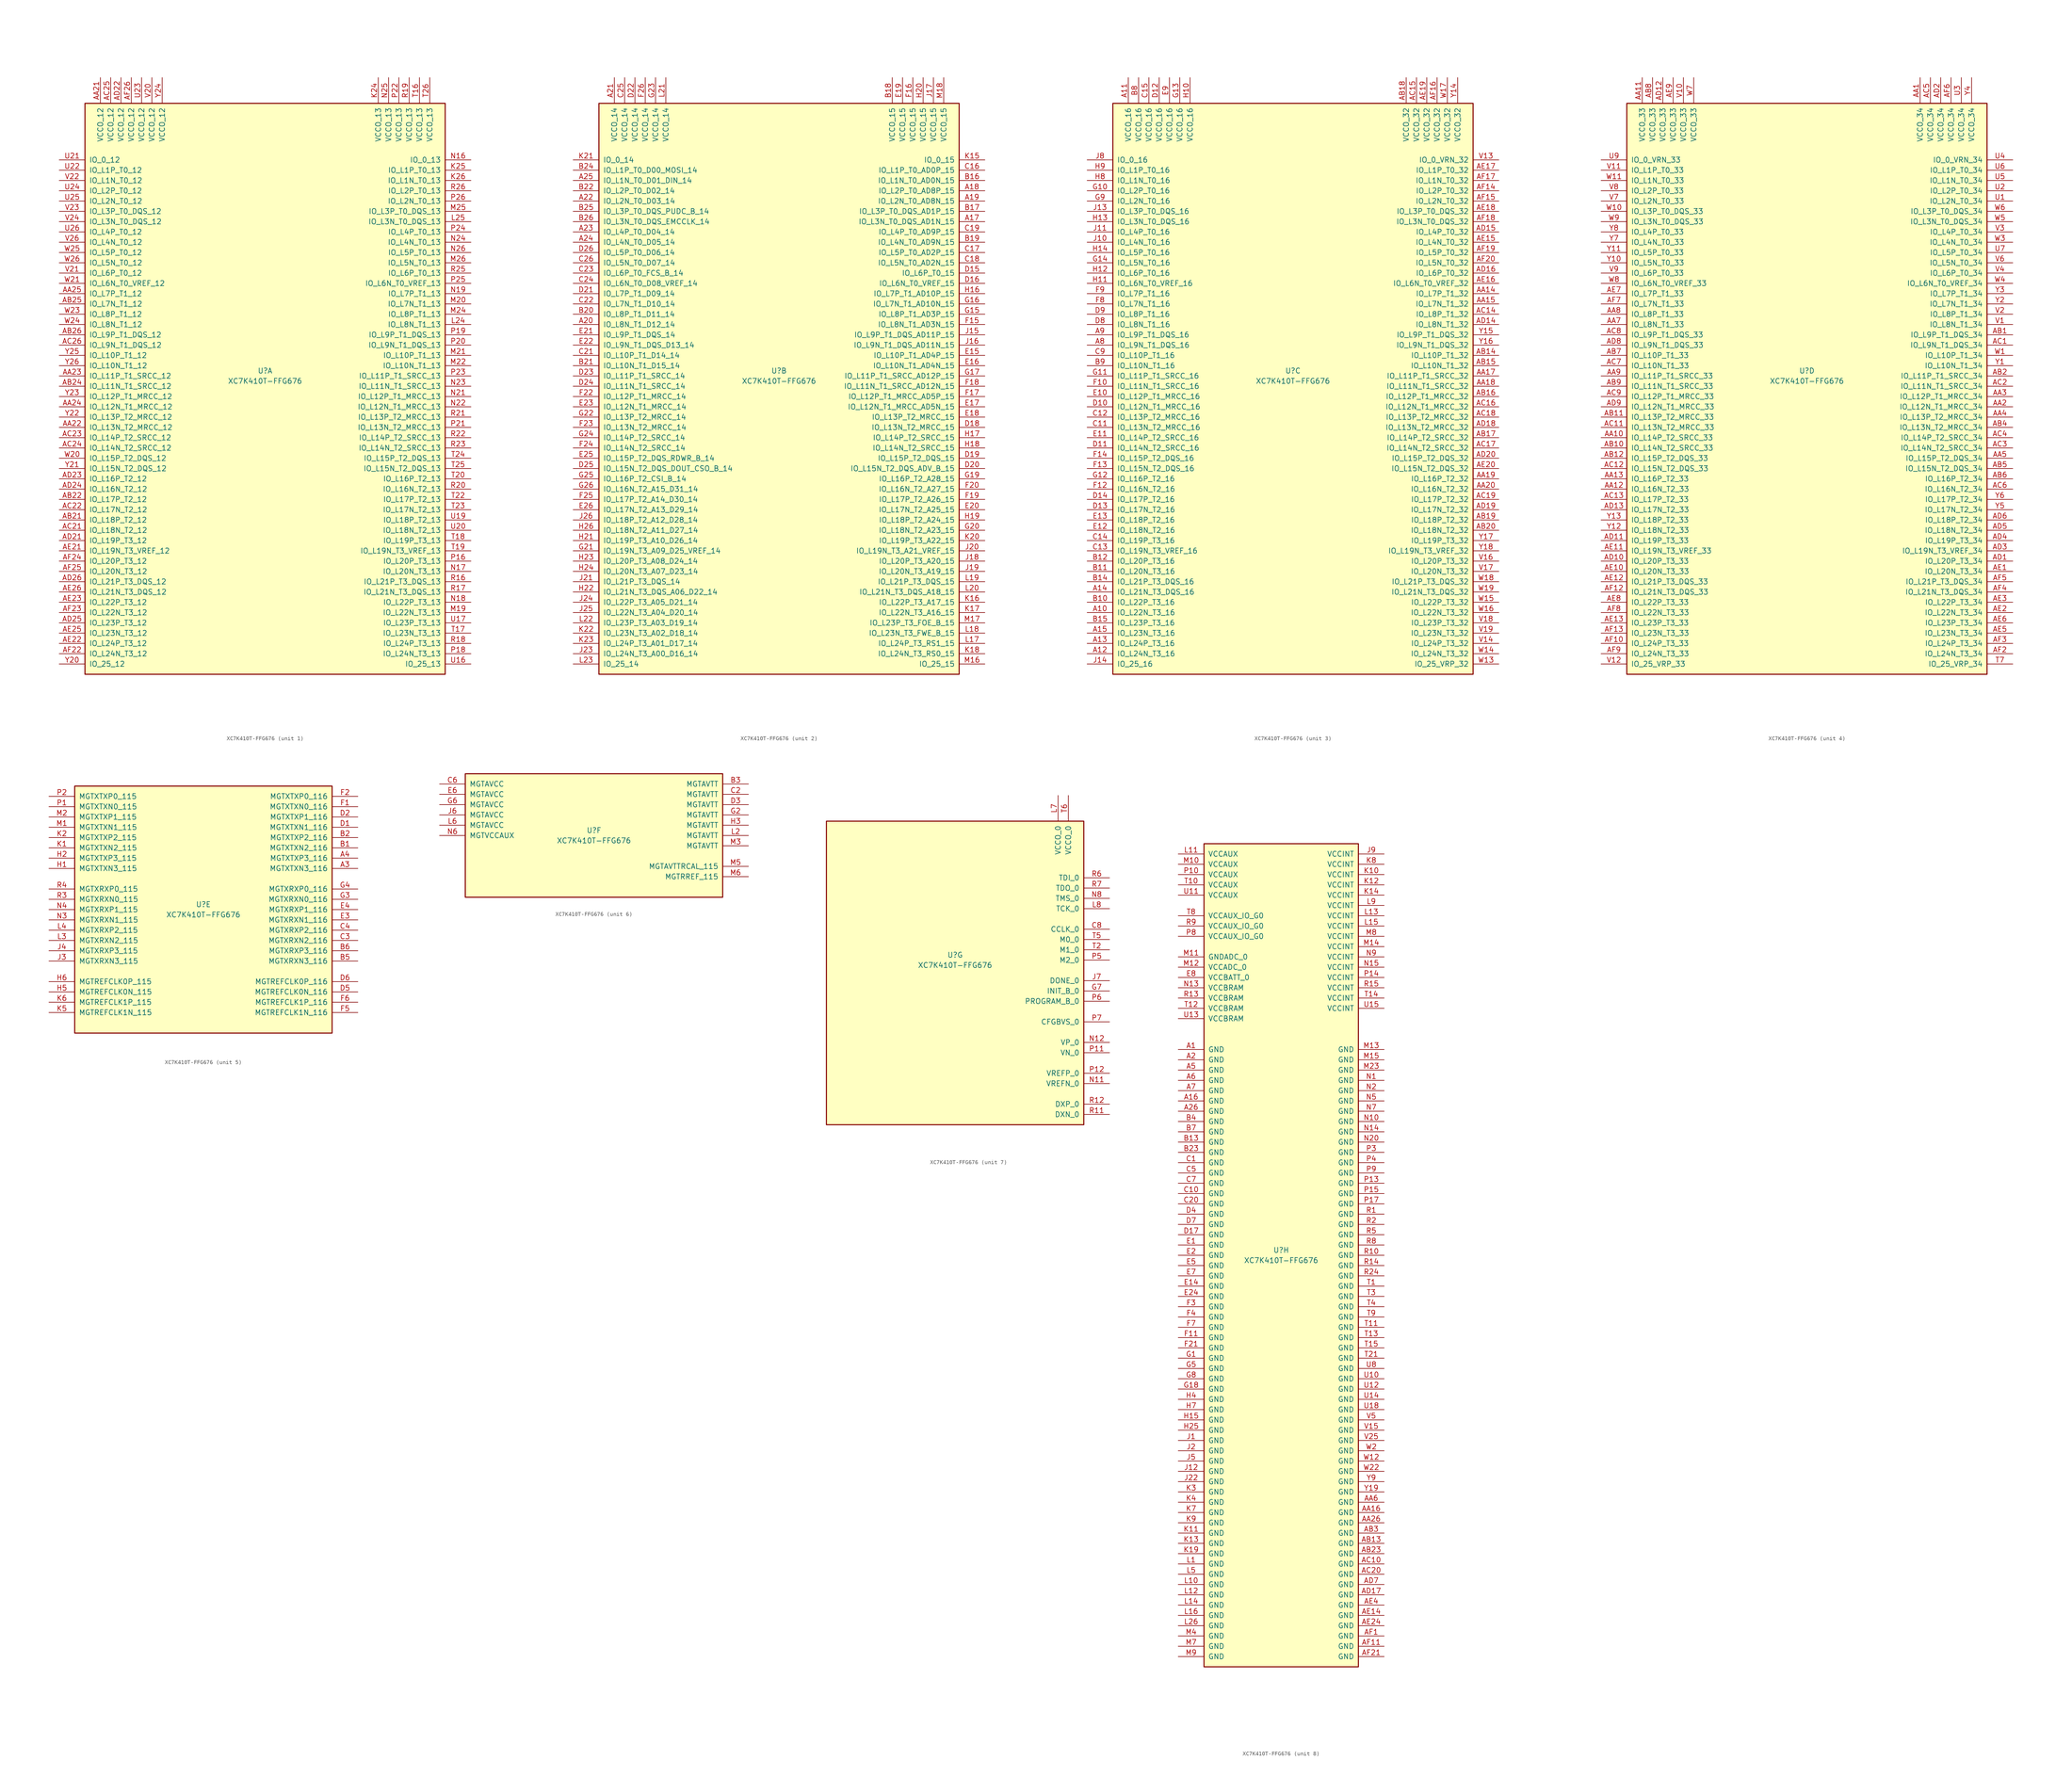
<source format=kicad_sym>
(kicad_symbol_lib
  (version 20241209)
  (generator "kicad_symbol_editor")
  (generator_version "9.0")
  (symbol "XC7K410T-FFG676"
    (pin_names
      (offset 1.016))
    (property "Reference" "U"
      (at 0 1.27 0)
      (effects (font (size 1.27 1.27))))
    (property "Value" "XC7K410T-FFG676"
      (at 0 -1.27 0)
      (effects (font (size 1.27 1.27))))
    (property "Datasheet" ""
      (at 0 0 0)
      (effects (font (size 1.27 1.27))))
    (property "ki_locked" ""
      (at 0 0 0)
      (effects (font (size 1.27 1.27))))
    (symbol "XC7K410T-FFG676_1_1"
      (rectangle (start -44.45 67.31) (end 44.45 -73.66) (stroke (width 0.254) (type default)) (fill (type background)))
      (pin bidirectional line (at -50.8 53.34 0) (length 6.35) (name "IO_0_12" (effects (font (size 1.27 1.27)))) (number "U21" (effects (font (size 1.27 1.27)))))
      (pin bidirectional line (at -50.8 50.8 0) (length 6.35) (name "IO_L1P_T0_12" (effects (font (size 1.27 1.27)))) (number "U22" (effects (font (size 1.27 1.27)))))
      (pin bidirectional line (at -50.8 48.26 0) (length 6.35) (name "IO_L1N_T0_12" (effects (font (size 1.27 1.27)))) (number "V22" (effects (font (size 1.27 1.27)))))
      (pin bidirectional line (at -50.8 45.72 0) (length 6.35) (name "IO_L2P_T0_12" (effects (font (size 1.27 1.27)))) (number "U24" (effects (font (size 1.27 1.27)))))
      (pin bidirectional line (at -50.8 43.18 0) (length 6.35) (name "IO_L2N_T0_12" (effects (font (size 1.27 1.27)))) (number "U25" (effects (font (size 1.27 1.27)))))
      (pin bidirectional line (at -50.8 40.64 0) (length 6.35) (name "IO_L3P_T0_DQS_12" (effects (font (size 1.27 1.27)))) (number "V23" (effects (font (size 1.27 1.27)))))
      (pin bidirectional line (at -50.8 38.1 0) (length 6.35) (name "IO_L3N_T0_DQS_12" (effects (font (size 1.27 1.27)))) (number "V24" (effects (font (size 1.27 1.27)))))
      (pin bidirectional line (at -50.8 35.56 0) (length 6.35) (name "IO_L4P_T0_12" (effects (font (size 1.27 1.27)))) (number "U26" (effects (font (size 1.27 1.27)))))
      (pin bidirectional line (at -50.8 33.02 0) (length 6.35) (name "IO_L4N_T0_12" (effects (font (size 1.27 1.27)))) (number "V26" (effects (font (size 1.27 1.27)))))
      (pin bidirectional line (at -50.8 30.48 0) (length 6.35) (name "IO_L5P_T0_12" (effects (font (size 1.27 1.27)))) (number "W25" (effects (font (size 1.27 1.27)))))
      (pin bidirectional line (at -50.8 27.94 0) (length 6.35) (name "IO_L5N_T0_12" (effects (font (size 1.27 1.27)))) (number "W26" (effects (font (size 1.27 1.27)))))
      (pin bidirectional line (at -50.8 25.4 0) (length 6.35) (name "IO_L6P_T0_12" (effects (font (size 1.27 1.27)))) (number "V21" (effects (font (size 1.27 1.27)))))
      (pin bidirectional line (at -50.8 22.86 0) (length 6.35) (name "IO_L6N_T0_VREF_12" (effects (font (size 1.27 1.27)))) (number "W21" (effects (font (size 1.27 1.27)))))
      (pin bidirectional line (at -50.8 20.32 0) (length 6.35) (name "IO_L7P_T1_12" (effects (font (size 1.27 1.27)))) (number "AA25" (effects (font (size 1.27 1.27)))))
      (pin bidirectional line (at -50.8 17.78 0) (length 6.35) (name "IO_L7N_T1_12" (effects (font (size 1.27 1.27)))) (number "AB25" (effects (font (size 1.27 1.27)))))
      (pin bidirectional line (at -50.8 15.24 0) (length 6.35) (name "IO_L8P_T1_12" (effects (font (size 1.27 1.27)))) (number "W23" (effects (font (size 1.27 1.27)))))
      (pin bidirectional line (at -50.8 12.7 0) (length 6.35) (name "IO_L8N_T1_12" (effects (font (size 1.27 1.27)))) (number "W24" (effects (font (size 1.27 1.27)))))
      (pin bidirectional line (at -50.8 10.16 0) (length 6.35) (name "IO_L9P_T1_DQS_12" (effects (font (size 1.27 1.27)))) (number "AB26" (effects (font (size 1.27 1.27)))))
      (pin bidirectional line (at -50.8 7.62 0) (length 6.35) (name "IO_L9N_T1_DQS_12" (effects (font (size 1.27 1.27)))) (number "AC26" (effects (font (size 1.27 1.27)))))
      (pin bidirectional line (at -50.8 5.08 0) (length 6.35) (name "IO_L10P_T1_12" (effects (font (size 1.27 1.27)))) (number "Y25" (effects (font (size 1.27 1.27)))))
      (pin bidirectional line (at -50.8 2.54 0) (length 6.35) (name "IO_L10N_T1_12" (effects (font (size 1.27 1.27)))) (number "Y26" (effects (font (size 1.27 1.27)))))
      (pin bidirectional line (at -50.8 0 0) (length 6.35) (name "IO_L11P_T1_SRCC_12" (effects (font (size 1.27 1.27)))) (number "AA23" (effects (font (size 1.27 1.27)))))
      (pin bidirectional line (at -50.8 -2.54 0) (length 6.35) (name "IO_L11N_T1_SRCC_12" (effects (font (size 1.27 1.27)))) (number "AB24" (effects (font (size 1.27 1.27)))))
      (pin bidirectional line (at -50.8 -5.08 0) (length 6.35) (name "IO_L12P_T1_MRCC_12" (effects (font (size 1.27 1.27)))) (number "Y23" (effects (font (size 1.27 1.27)))))
      (pin bidirectional line (at -50.8 -7.62 0) (length 6.35) (name "IO_L12N_T1_MRCC_12" (effects (font (size 1.27 1.27)))) (number "AA24" (effects (font (size 1.27 1.27)))))
      (pin bidirectional line (at -50.8 -10.16 0) (length 6.35) (name "IO_L13P_T2_MRCC_12" (effects (font (size 1.27 1.27)))) (number "Y22" (effects (font (size 1.27 1.27)))))
      (pin bidirectional line (at -50.8 -12.7 0) (length 6.35) (name "IO_L13N_T2_MRCC_12" (effects (font (size 1.27 1.27)))) (number "AA22" (effects (font (size 1.27 1.27)))))
      (pin bidirectional line (at -50.8 -15.24 0) (length 6.35) (name "IO_L14P_T2_SRCC_12" (effects (font (size 1.27 1.27)))) (number "AC23" (effects (font (size 1.27 1.27)))))
      (pin bidirectional line (at -50.8 -17.78 0) (length 6.35) (name "IO_L14N_T2_SRCC_12" (effects (font (size 1.27 1.27)))) (number "AC24" (effects (font (size 1.27 1.27)))))
      (pin bidirectional line (at -50.8 -20.32 0) (length 6.35) (name "IO_L15P_T2_DQS_12" (effects (font (size 1.27 1.27)))) (number "W20" (effects (font (size 1.27 1.27)))))
      (pin bidirectional line (at -50.8 -22.86 0) (length 6.35) (name "IO_L15N_T2_DQS_12" (effects (font (size 1.27 1.27)))) (number "Y21" (effects (font (size 1.27 1.27)))))
      (pin bidirectional line (at -50.8 -25.4 0) (length 6.35) (name "IO_L16P_T2_12" (effects (font (size 1.27 1.27)))) (number "AD23" (effects (font (size 1.27 1.27)))))
      (pin bidirectional line (at -50.8 -27.94 0) (length 6.35) (name "IO_L16N_T2_12" (effects (font (size 1.27 1.27)))) (number "AD24" (effects (font (size 1.27 1.27)))))
      (pin bidirectional line (at -50.8 -30.48 0) (length 6.35) (name "IO_L17P_T2_12" (effects (font (size 1.27 1.27)))) (number "AB22" (effects (font (size 1.27 1.27)))))
      (pin bidirectional line (at -50.8 -33.02 0) (length 6.35) (name "IO_L17N_T2_12" (effects (font (size 1.27 1.27)))) (number "AC22" (effects (font (size 1.27 1.27)))))
      (pin bidirectional line (at -50.8 -35.56 0) (length 6.35) (name "IO_L18P_T2_12" (effects (font (size 1.27 1.27)))) (number "AB21" (effects (font (size 1.27 1.27)))))
      (pin bidirectional line (at -50.8 -38.1 0) (length 6.35) (name "IO_L18N_T2_12" (effects (font (size 1.27 1.27)))) (number "AC21" (effects (font (size 1.27 1.27)))))
      (pin bidirectional line (at -50.8 -40.64 0) (length 6.35) (name "IO_L19P_T3_12" (effects (font (size 1.27 1.27)))) (number "AD21" (effects (font (size 1.27 1.27)))))
      (pin bidirectional line (at -50.8 -43.18 0) (length 6.35) (name "IO_L19N_T3_VREF_12" (effects (font (size 1.27 1.27)))) (number "AE21" (effects (font (size 1.27 1.27)))))
      (pin bidirectional line (at -50.8 -45.72 0) (length 6.35) (name "IO_L20P_T3_12" (effects (font (size 1.27 1.27)))) (number "AF24" (effects (font (size 1.27 1.27)))))
      (pin bidirectional line (at -50.8 -48.26 0) (length 6.35) (name "IO_L20N_T3_12" (effects (font (size 1.27 1.27)))) (number "AF25" (effects (font (size 1.27 1.27)))))
      (pin bidirectional line (at -50.8 -50.8 0) (length 6.35) (name "IO_L21P_T3_DQS_12" (effects (font (size 1.27 1.27)))) (number "AD26" (effects (font (size 1.27 1.27)))))
      (pin bidirectional line (at -50.8 -53.34 0) (length 6.35) (name "IO_L21N_T3_DQS_12" (effects (font (size 1.27 1.27)))) (number "AE26" (effects (font (size 1.27 1.27)))))
      (pin bidirectional line (at -50.8 -55.88 0) (length 6.35) (name "IO_L22P_T3_12" (effects (font (size 1.27 1.27)))) (number "AE23" (effects (font (size 1.27 1.27)))))
      (pin bidirectional line (at -50.8 -58.42 0) (length 6.35) (name "IO_L22N_T3_12" (effects (font (size 1.27 1.27)))) (number "AF23" (effects (font (size 1.27 1.27)))))
      (pin bidirectional line (at -50.8 -60.96 0) (length 6.35) (name "IO_L23P_T3_12" (effects (font (size 1.27 1.27)))) (number "AD25" (effects (font (size 1.27 1.27)))))
      (pin bidirectional line (at -50.8 -63.5 0) (length 6.35) (name "IO_L23N_T3_12" (effects (font (size 1.27 1.27)))) (number "AE25" (effects (font (size 1.27 1.27)))))
      (pin bidirectional line (at -50.8 -66.04 0) (length 6.35) (name "IO_L24P_T3_12" (effects (font (size 1.27 1.27)))) (number "AE22" (effects (font (size 1.27 1.27)))))
      (pin bidirectional line (at -50.8 -68.58 0) (length 6.35) (name "IO_L24N_T3_12" (effects (font (size 1.27 1.27)))) (number "AF22" (effects (font (size 1.27 1.27)))))
      (pin bidirectional line (at -50.8 -71.12 0) (length 6.35) (name "IO_25_12" (effects (font (size 1.27 1.27)))) (number "Y20" (effects (font (size 1.27 1.27)))))
      (pin power_in line (at -40.64 73.66 270) (length 6.35) (name "VCCO_12" (effects (font (size 1.27 1.27)))) (number "AA21" (effects (font (size 1.27 1.27)))))
      (pin power_in line (at -38.1 73.66 270) (length 6.35) (name "VCCO_12" (effects (font (size 1.27 1.27)))) (number "AC25" (effects (font (size 1.27 1.27)))))
      (pin power_in line (at -35.56 73.66 270) (length 6.35) (name "VCCO_12" (effects (font (size 1.27 1.27)))) (number "AD22" (effects (font (size 1.27 1.27)))))
      (pin power_in line (at -33.02 73.66 270) (length 6.35) (name "VCCO_12" (effects (font (size 1.27 1.27)))) (number "AF26" (effects (font (size 1.27 1.27)))))
      (pin power_in line (at -30.48 73.66 270) (length 6.35) (name "VCCO_12" (effects (font (size 1.27 1.27)))) (number "U23" (effects (font (size 1.27 1.27)))))
      (pin power_in line (at -27.94 73.66 270) (length 6.35) (name "VCCO_12" (effects (font (size 1.27 1.27)))) (number "V20" (effects (font (size 1.27 1.27)))))
      (pin power_in line (at -25.4 73.66 270) (length 6.35) (name "VCCO_12" (effects (font (size 1.27 1.27)))) (number "Y24" (effects (font (size 1.27 1.27)))))
      (pin power_in line (at 27.94 73.66 270) (length 6.35) (name "VCCO_13" (effects (font (size 1.27 1.27)))) (number "K24" (effects (font (size 1.27 1.27)))))
      (pin power_in line (at 30.48 73.66 270) (length 6.35) (name "VCCO_13" (effects (font (size 1.27 1.27)))) (number "N25" (effects (font (size 1.27 1.27)))))
      (pin power_in line (at 33.02 73.66 270) (length 6.35) (name "VCCO_13" (effects (font (size 1.27 1.27)))) (number "P22" (effects (font (size 1.27 1.27)))))
      (pin power_in line (at 35.56 73.66 270) (length 6.35) (name "VCCO_13" (effects (font (size 1.27 1.27)))) (number "R19" (effects (font (size 1.27 1.27)))))
      (pin power_in line (at 38.1 73.66 270) (length 6.35) (name "VCCO_13" (effects (font (size 1.27 1.27)))) (number "T16" (effects (font (size 1.27 1.27)))))
      (pin power_in line (at 40.64 73.66 270) (length 6.35) (name "VCCO_13" (effects (font (size 1.27 1.27)))) (number "T26" (effects (font (size 1.27 1.27)))))
      (pin bidirectional line (at 50.8 53.34 180) (length 6.35) (name "IO_0_13" (effects (font (size 1.27 1.27)))) (number "N16" (effects (font (size 1.27 1.27)))))
      (pin bidirectional line (at 50.8 50.8 180) (length 6.35) (name "IO_L1P_T0_13" (effects (font (size 1.27 1.27)))) (number "K25" (effects (font (size 1.27 1.27)))))
      (pin bidirectional line (at 50.8 48.26 180) (length 6.35) (name "IO_L1N_T0_13" (effects (font (size 1.27 1.27)))) (number "K26" (effects (font (size 1.27 1.27)))))
      (pin bidirectional line (at 50.8 45.72 180) (length 6.35) (name "IO_L2P_T0_13" (effects (font (size 1.27 1.27)))) (number "R26" (effects (font (size 1.27 1.27)))))
      (pin bidirectional line (at 50.8 43.18 180) (length 6.35) (name "IO_L2N_T0_13" (effects (font (size 1.27 1.27)))) (number "P26" (effects (font (size 1.27 1.27)))))
      (pin bidirectional line (at 50.8 40.64 180) (length 6.35) (name "IO_L3P_T0_DQS_13" (effects (font (size 1.27 1.27)))) (number "M25" (effects (font (size 1.27 1.27)))))
      (pin bidirectional line (at 50.8 38.1 180) (length 6.35) (name "IO_L3N_T0_DQS_13" (effects (font (size 1.27 1.27)))) (number "L25" (effects (font (size 1.27 1.27)))))
      (pin bidirectional line (at 50.8 35.56 180) (length 6.35) (name "IO_L4P_T0_13" (effects (font (size 1.27 1.27)))) (number "P24" (effects (font (size 1.27 1.27)))))
      (pin bidirectional line (at 50.8 33.02 180) (length 6.35) (name "IO_L4N_T0_13" (effects (font (size 1.27 1.27)))) (number "N24" (effects (font (size 1.27 1.27)))))
      (pin bidirectional line (at 50.8 30.48 180) (length 6.35) (name "IO_L5P_T0_13" (effects (font (size 1.27 1.27)))) (number "N26" (effects (font (size 1.27 1.27)))))
      (pin bidirectional line (at 50.8 27.94 180) (length 6.35) (name "IO_L5N_T0_13" (effects (font (size 1.27 1.27)))) (number "M26" (effects (font (size 1.27 1.27)))))
      (pin bidirectional line (at 50.8 25.4 180) (length 6.35) (name "IO_L6P_T0_13" (effects (font (size 1.27 1.27)))) (number "R25" (effects (font (size 1.27 1.27)))))
      (pin bidirectional line (at 50.8 22.86 180) (length 6.35) (name "IO_L6N_T0_VREF_13" (effects (font (size 1.27 1.27)))) (number "P25" (effects (font (size 1.27 1.27)))))
      (pin bidirectional line (at 50.8 20.32 180) (length 6.35) (name "IO_L7P_T1_13" (effects (font (size 1.27 1.27)))) (number "N19" (effects (font (size 1.27 1.27)))))
      (pin bidirectional line (at 50.8 17.78 180) (length 6.35) (name "IO_L7N_T1_13" (effects (font (size 1.27 1.27)))) (number "M20" (effects (font (size 1.27 1.27)))))
      (pin bidirectional line (at 50.8 15.24 180) (length 6.35) (name "IO_L8P_T1_13" (effects (font (size 1.27 1.27)))) (number "M24" (effects (font (size 1.27 1.27)))))
      (pin bidirectional line (at 50.8 12.7 180) (length 6.35) (name "IO_L8N_T1_13" (effects (font (size 1.27 1.27)))) (number "L24" (effects (font (size 1.27 1.27)))))
      (pin bidirectional line (at 50.8 10.16 180) (length 6.35) (name "IO_L9P_T1_DQS_13" (effects (font (size 1.27 1.27)))) (number "P19" (effects (font (size 1.27 1.27)))))
      (pin bidirectional line (at 50.8 7.62 180) (length 6.35) (name "IO_L9N_T1_DQS_13" (effects (font (size 1.27 1.27)))) (number "P20" (effects (font (size 1.27 1.27)))))
      (pin bidirectional line (at 50.8 5.08 180) (length 6.35) (name "IO_L10P_T1_13" (effects (font (size 1.27 1.27)))) (number "M21" (effects (font (size 1.27 1.27)))))
      (pin bidirectional line (at 50.8 2.54 180) (length 6.35) (name "IO_L10N_T1_13" (effects (font (size 1.27 1.27)))) (number "M22" (effects (font (size 1.27 1.27)))))
      (pin bidirectional line (at 50.8 0 180) (length 6.35) (name "IO_L11P_T1_SRCC_13" (effects (font (size 1.27 1.27)))) (number "P23" (effects (font (size 1.27 1.27)))))
      (pin bidirectional line (at 50.8 -2.54 180) (length 6.35) (name "IO_L11N_T1_SRCC_13" (effects (font (size 1.27 1.27)))) (number "N23" (effects (font (size 1.27 1.27)))))
      (pin bidirectional line (at 50.8 -5.08 180) (length 6.35) (name "IO_L12P_T1_MRCC_13" (effects (font (size 1.27 1.27)))) (number "N21" (effects (font (size 1.27 1.27)))))
      (pin bidirectional line (at 50.8 -7.62 180) (length 6.35) (name "IO_L12N_T1_MRCC_13" (effects (font (size 1.27 1.27)))) (number "N22" (effects (font (size 1.27 1.27)))))
      (pin bidirectional line (at 50.8 -10.16 180) (length 6.35) (name "IO_L13P_T2_MRCC_13" (effects (font (size 1.27 1.27)))) (number "R21" (effects (font (size 1.27 1.27)))))
      (pin bidirectional line (at 50.8 -12.7 180) (length 6.35) (name "IO_L13N_T2_MRCC_13" (effects (font (size 1.27 1.27)))) (number "P21" (effects (font (size 1.27 1.27)))))
      (pin bidirectional line (at 50.8 -15.24 180) (length 6.35) (name "IO_L14P_T2_SRCC_13" (effects (font (size 1.27 1.27)))) (number "R22" (effects (font (size 1.27 1.27)))))
      (pin bidirectional line (at 50.8 -17.78 180) (length 6.35) (name "IO_L14N_T2_SRCC_13" (effects (font (size 1.27 1.27)))) (number "R23" (effects (font (size 1.27 1.27)))))
      (pin bidirectional line (at 50.8 -20.32 180) (length 6.35) (name "IO_L15P_T2_DQS_13" (effects (font (size 1.27 1.27)))) (number "T24" (effects (font (size 1.27 1.27)))))
      (pin bidirectional line (at 50.8 -22.86 180) (length 6.35) (name "IO_L15N_T2_DQS_13" (effects (font (size 1.27 1.27)))) (number "T25" (effects (font (size 1.27 1.27)))))
      (pin bidirectional line (at 50.8 -25.4 180) (length 6.35) (name "IO_L16P_T2_13" (effects (font (size 1.27 1.27)))) (number "T20" (effects (font (size 1.27 1.27)))))
      (pin bidirectional line (at 50.8 -27.94 180) (length 6.35) (name "IO_L16N_T2_13" (effects (font (size 1.27 1.27)))) (number "R20" (effects (font (size 1.27 1.27)))))
      (pin bidirectional line (at 50.8 -30.48 180) (length 6.35) (name "IO_L17P_T2_13" (effects (font (size 1.27 1.27)))) (number "T22" (effects (font (size 1.27 1.27)))))
      (pin bidirectional line (at 50.8 -33.02 180) (length 6.35) (name "IO_L17N_T2_13" (effects (font (size 1.27 1.27)))) (number "T23" (effects (font (size 1.27 1.27)))))
      (pin bidirectional line (at 50.8 -35.56 180) (length 6.35) (name "IO_L18P_T2_13" (effects (font (size 1.27 1.27)))) (number "U19" (effects (font (size 1.27 1.27)))))
      (pin bidirectional line (at 50.8 -38.1 180) (length 6.35) (name "IO_L18N_T2_13" (effects (font (size 1.27 1.27)))) (number "U20" (effects (font (size 1.27 1.27)))))
      (pin bidirectional line (at 50.8 -40.64 180) (length 6.35) (name "IO_L19P_T3_13" (effects (font (size 1.27 1.27)))) (number "T18" (effects (font (size 1.27 1.27)))))
      (pin bidirectional line (at 50.8 -43.18 180) (length 6.35) (name "IO_L19N_T3_VREF_13" (effects (font (size 1.27 1.27)))) (number "T19" (effects (font (size 1.27 1.27)))))
      (pin bidirectional line (at 50.8 -45.72 180) (length 6.35) (name "IO_L20P_T3_13" (effects (font (size 1.27 1.27)))) (number "P16" (effects (font (size 1.27 1.27)))))
      (pin bidirectional line (at 50.8 -48.26 180) (length 6.35) (name "IO_L20N_T3_13" (effects (font (size 1.27 1.27)))) (number "N17" (effects (font (size 1.27 1.27)))))
      (pin bidirectional line (at 50.8 -50.8 180) (length 6.35) (name "IO_L21P_T3_DQS_13" (effects (font (size 1.27 1.27)))) (number "R16" (effects (font (size 1.27 1.27)))))
      (pin bidirectional line (at 50.8 -53.34 180) (length 6.35) (name "IO_L21N_T3_DQS_13" (effects (font (size 1.27 1.27)))) (number "R17" (effects (font (size 1.27 1.27)))))
      (pin bidirectional line (at 50.8 -55.88 180) (length 6.35) (name "IO_L22P_T3_13" (effects (font (size 1.27 1.27)))) (number "N18" (effects (font (size 1.27 1.27)))))
      (pin bidirectional line (at 50.8 -58.42 180) (length 6.35) (name "IO_L22N_T3_13" (effects (font (size 1.27 1.27)))) (number "M19" (effects (font (size 1.27 1.27)))))
      (pin bidirectional line (at 50.8 -60.96 180) (length 6.35) (name "IO_L23P_T3_13" (effects (font (size 1.27 1.27)))) (number "U17" (effects (font (size 1.27 1.27)))))
      (pin bidirectional line (at 50.8 -63.5 180) (length 6.35) (name "IO_L23N_T3_13" (effects (font (size 1.27 1.27)))) (number "T17" (effects (font (size 1.27 1.27)))))
      (pin bidirectional line (at 50.8 -66.04 180) (length 6.35) (name "IO_L24P_T3_13" (effects (font (size 1.27 1.27)))) (number "R18" (effects (font (size 1.27 1.27)))))
      (pin bidirectional line (at 50.8 -68.58 180) (length 6.35) (name "IO_L24N_T3_13" (effects (font (size 1.27 1.27)))) (number "P18" (effects (font (size 1.27 1.27)))))
      (pin bidirectional line (at 50.8 -71.12 180) (length 6.35) (name "IO_25_13" (effects (font (size 1.27 1.27)))) (number "U16" (effects (font (size 1.27 1.27))))))
    (symbol "XC7K410T-FFG676_2_1"
      (rectangle (start -44.45 67.31) (end 44.45 -73.66) (stroke (width 0.254) (type default)) (fill (type background)))
      (pin bidirectional line (at -50.8 53.34 0) (length 6.35) (name "IO_0_14" (effects (font (size 1.27 1.27)))) (number "K21" (effects (font (size 1.27 1.27)))))
      (pin bidirectional line (at -50.8 50.8 0) (length 6.35) (name "IO_L1P_T0_D00_MOSI_14" (effects (font (size 1.27 1.27)))) (number "B24" (effects (font (size 1.27 1.27)))))
      (pin bidirectional line (at -50.8 48.26 0) (length 6.35) (name "IO_L1N_T0_D01_DIN_14" (effects (font (size 1.27 1.27)))) (number "A25" (effects (font (size 1.27 1.27)))))
      (pin bidirectional line (at -50.8 45.72 0) (length 6.35) (name "IO_L2P_T0_D02_14" (effects (font (size 1.27 1.27)))) (number "B22" (effects (font (size 1.27 1.27)))))
      (pin bidirectional line (at -50.8 43.18 0) (length 6.35) (name "IO_L2N_T0_D03_14" (effects (font (size 1.27 1.27)))) (number "A22" (effects (font (size 1.27 1.27)))))
      (pin bidirectional line (at -50.8 40.64 0) (length 6.35) (name "IO_L3P_T0_DQS_PUDC_B_14" (effects (font (size 1.27 1.27)))) (number "B25" (effects (font (size 1.27 1.27)))))
      (pin bidirectional line (at -50.8 38.1 0) (length 6.35) (name "IO_L3N_T0_DQS_EMCCLK_14" (effects (font (size 1.27 1.27)))) (number "B26" (effects (font (size 1.27 1.27)))))
      (pin bidirectional line (at -50.8 35.56 0) (length 6.35) (name "IO_L4P_T0_D04_14" (effects (font (size 1.27 1.27)))) (number "A23" (effects (font (size 1.27 1.27)))))
      (pin bidirectional line (at -50.8 33.02 0) (length 6.35) (name "IO_L4N_T0_D05_14" (effects (font (size 1.27 1.27)))) (number "A24" (effects (font (size 1.27 1.27)))))
      (pin bidirectional line (at -50.8 30.48 0) (length 6.35) (name "IO_L5P_T0_D06_14" (effects (font (size 1.27 1.27)))) (number "D26" (effects (font (size 1.27 1.27)))))
      (pin bidirectional line (at -50.8 27.94 0) (length 6.35) (name "IO_L5N_T0_D07_14" (effects (font (size 1.27 1.27)))) (number "C26" (effects (font (size 1.27 1.27)))))
      (pin bidirectional line (at -50.8 25.4 0) (length 6.35) (name "IO_L6P_T0_FCS_B_14" (effects (font (size 1.27 1.27)))) (number "C23" (effects (font (size 1.27 1.27)))))
      (pin bidirectional line (at -50.8 22.86 0) (length 6.35) (name "IO_L6N_T0_D08_VREF_14" (effects (font (size 1.27 1.27)))) (number "C24" (effects (font (size 1.27 1.27)))))
      (pin bidirectional line (at -50.8 20.32 0) (length 6.35) (name "IO_L7P_T1_D09_14" (effects (font (size 1.27 1.27)))) (number "D21" (effects (font (size 1.27 1.27)))))
      (pin bidirectional line (at -50.8 17.78 0) (length 6.35) (name "IO_L7N_T1_D10_14" (effects (font (size 1.27 1.27)))) (number "C22" (effects (font (size 1.27 1.27)))))
      (pin bidirectional line (at -50.8 15.24 0) (length 6.35) (name "IO_L8P_T1_D11_14" (effects (font (size 1.27 1.27)))) (number "B20" (effects (font (size 1.27 1.27)))))
      (pin bidirectional line (at -50.8 12.7 0) (length 6.35) (name "IO_L8N_T1_D12_14" (effects (font (size 1.27 1.27)))) (number "A20" (effects (font (size 1.27 1.27)))))
      (pin bidirectional line (at -50.8 10.16 0) (length 6.35) (name "IO_L9P_T1_DQS_14" (effects (font (size 1.27 1.27)))) (number "E21" (effects (font (size 1.27 1.27)))))
      (pin bidirectional line (at -50.8 7.62 0) (length 6.35) (name "IO_L9N_T1_DQS_D13_14" (effects (font (size 1.27 1.27)))) (number "E22" (effects (font (size 1.27 1.27)))))
      (pin bidirectional line (at -50.8 5.08 0) (length 6.35) (name "IO_L10P_T1_D14_14" (effects (font (size 1.27 1.27)))) (number "C21" (effects (font (size 1.27 1.27)))))
      (pin bidirectional line (at -50.8 2.54 0) (length 6.35) (name "IO_L10N_T1_D15_14" (effects (font (size 1.27 1.27)))) (number "B21" (effects (font (size 1.27 1.27)))))
      (pin bidirectional line (at -50.8 0 0) (length 6.35) (name "IO_L11P_T1_SRCC_14" (effects (font (size 1.27 1.27)))) (number "D23" (effects (font (size 1.27 1.27)))))
      (pin bidirectional line (at -50.8 -2.54 0) (length 6.35) (name "IO_L11N_T1_SRCC_14" (effects (font (size 1.27 1.27)))) (number "D24" (effects (font (size 1.27 1.27)))))
      (pin bidirectional line (at -50.8 -5.08 0) (length 6.35) (name "IO_L12P_T1_MRCC_14" (effects (font (size 1.27 1.27)))) (number "F22" (effects (font (size 1.27 1.27)))))
      (pin bidirectional line (at -50.8 -7.62 0) (length 6.35) (name "IO_L12N_T1_MRCC_14" (effects (font (size 1.27 1.27)))) (number "E23" (effects (font (size 1.27 1.27)))))
      (pin bidirectional line (at -50.8 -10.16 0) (length 6.35) (name "IO_L13P_T2_MRCC_14" (effects (font (size 1.27 1.27)))) (number "G22" (effects (font (size 1.27 1.27)))))
      (pin bidirectional line (at -50.8 -12.7 0) (length 6.35) (name "IO_L13N_T2_MRCC_14" (effects (font (size 1.27 1.27)))) (number "F23" (effects (font (size 1.27 1.27)))))
      (pin bidirectional line (at -50.8 -15.24 0) (length 6.35) (name "IO_L14P_T2_SRCC_14" (effects (font (size 1.27 1.27)))) (number "G24" (effects (font (size 1.27 1.27)))))
      (pin bidirectional line (at -50.8 -17.78 0) (length 6.35) (name "IO_L14N_T2_SRCC_14" (effects (font (size 1.27 1.27)))) (number "F24" (effects (font (size 1.27 1.27)))))
      (pin bidirectional line (at -50.8 -20.32 0) (length 6.35) (name "IO_L15P_T2_DQS_RDWR_B_14" (effects (font (size 1.27 1.27)))) (number "E25" (effects (font (size 1.27 1.27)))))
      (pin bidirectional line (at -50.8 -22.86 0) (length 6.35) (name "IO_L15N_T2_DQS_DOUT_CSO_B_14" (effects (font (size 1.27 1.27)))) (number "D25" (effects (font (size 1.27 1.27)))))
      (pin bidirectional line (at -50.8 -25.4 0) (length 6.35) (name "IO_L16P_T2_CSI_B_14" (effects (font (size 1.27 1.27)))) (number "G25" (effects (font (size 1.27 1.27)))))
      (pin bidirectional line (at -50.8 -27.94 0) (length 6.35) (name "IO_L16N_T2_A15_D31_14" (effects (font (size 1.27 1.27)))) (number "G26" (effects (font (size 1.27 1.27)))))
      (pin bidirectional line (at -50.8 -30.48 0) (length 6.35) (name "IO_L17P_T2_A14_D30_14" (effects (font (size 1.27 1.27)))) (number "F25" (effects (font (size 1.27 1.27)))))
      (pin bidirectional line (at -50.8 -33.02 0) (length 6.35) (name "IO_L17N_T2_A13_D29_14" (effects (font (size 1.27 1.27)))) (number "E26" (effects (font (size 1.27 1.27)))))
      (pin bidirectional line (at -50.8 -35.56 0) (length 6.35) (name "IO_L18P_T2_A12_D28_14" (effects (font (size 1.27 1.27)))) (number "J26" (effects (font (size 1.27 1.27)))))
      (pin bidirectional line (at -50.8 -38.1 0) (length 6.35) (name "IO_L18N_T2_A11_D27_14" (effects (font (size 1.27 1.27)))) (number "H26" (effects (font (size 1.27 1.27)))))
      (pin bidirectional line (at -50.8 -40.64 0) (length 6.35) (name "IO_L19P_T3_A10_D26_14" (effects (font (size 1.27 1.27)))) (number "H21" (effects (font (size 1.27 1.27)))))
      (pin bidirectional line (at -50.8 -43.18 0) (length 6.35) (name "IO_L19N_T3_A09_D25_VREF_14" (effects (font (size 1.27 1.27)))) (number "G21" (effects (font (size 1.27 1.27)))))
      (pin bidirectional line (at -50.8 -45.72 0) (length 6.35) (name "IO_L20P_T3_A08_D24_14" (effects (font (size 1.27 1.27)))) (number "H23" (effects (font (size 1.27 1.27)))))
      (pin bidirectional line (at -50.8 -48.26 0) (length 6.35) (name "IO_L20N_T3_A07_D23_14" (effects (font (size 1.27 1.27)))) (number "H24" (effects (font (size 1.27 1.27)))))
      (pin bidirectional line (at -50.8 -50.8 0) (length 6.35) (name "IO_L21P_T3_DQS_14" (effects (font (size 1.27 1.27)))) (number "J21" (effects (font (size 1.27 1.27)))))
      (pin bidirectional line (at -50.8 -53.34 0) (length 6.35) (name "IO_L21N_T3_DQS_A06_D22_14" (effects (font (size 1.27 1.27)))) (number "H22" (effects (font (size 1.27 1.27)))))
      (pin bidirectional line (at -50.8 -55.88 0) (length 6.35) (name "IO_L22P_T3_A05_D21_14" (effects (font (size 1.27 1.27)))) (number "J24" (effects (font (size 1.27 1.27)))))
      (pin bidirectional line (at -50.8 -58.42 0) (length 6.35) (name "IO_L22N_T3_A04_D20_14" (effects (font (size 1.27 1.27)))) (number "J25" (effects (font (size 1.27 1.27)))))
      (pin bidirectional line (at -50.8 -60.96 0) (length 6.35) (name "IO_L23P_T3_A03_D19_14" (effects (font (size 1.27 1.27)))) (number "L22" (effects (font (size 1.27 1.27)))))
      (pin bidirectional line (at -50.8 -63.5 0) (length 6.35) (name "IO_L23N_T3_A02_D18_14" (effects (font (size 1.27 1.27)))) (number "K22" (effects (font (size 1.27 1.27)))))
      (pin bidirectional line (at -50.8 -66.04 0) (length 6.35) (name "IO_L24P_T3_A01_D17_14" (effects (font (size 1.27 1.27)))) (number "K23" (effects (font (size 1.27 1.27)))))
      (pin bidirectional line (at -50.8 -68.58 0) (length 6.35) (name "IO_L24N_T3_A00_D16_14" (effects (font (size 1.27 1.27)))) (number "J23" (effects (font (size 1.27 1.27)))))
      (pin bidirectional line (at -50.8 -71.12 0) (length 6.35) (name "IO_25_14" (effects (font (size 1.27 1.27)))) (number "L23" (effects (font (size 1.27 1.27)))))
      (pin power_in line (at -40.64 73.66 270) (length 6.35) (name "VCCO_14" (effects (font (size 1.27 1.27)))) (number "A21" (effects (font (size 1.27 1.27)))))
      (pin power_in line (at -38.1 73.66 270) (length 6.35) (name "VCCO_14" (effects (font (size 1.27 1.27)))) (number "C25" (effects (font (size 1.27 1.27)))))
      (pin power_in line (at -35.56 73.66 270) (length 6.35) (name "VCCO_14" (effects (font (size 1.27 1.27)))) (number "D22" (effects (font (size 1.27 1.27)))))
      (pin power_in line (at -33.02 73.66 270) (length 6.35) (name "VCCO_14" (effects (font (size 1.27 1.27)))) (number "F26" (effects (font (size 1.27 1.27)))))
      (pin power_in line (at -30.48 73.66 270) (length 6.35) (name "VCCO_14" (effects (font (size 1.27 1.27)))) (number "G23" (effects (font (size 1.27 1.27)))))
      (pin power_in line (at -27.94 73.66 270) (length 6.35) (name "VCCO_14" (effects (font (size 1.27 1.27)))) (number "L21" (effects (font (size 1.27 1.27)))))
      (pin power_in line (at 27.94 73.66 270) (length 6.35) (name "VCCO_15" (effects (font (size 1.27 1.27)))) (number "B18" (effects (font (size 1.27 1.27)))))
      (pin power_in line (at 30.48 73.66 270) (length 6.35) (name "VCCO_15" (effects (font (size 1.27 1.27)))) (number "E19" (effects (font (size 1.27 1.27)))))
      (pin power_in line (at 33.02 73.66 270) (length 6.35) (name "VCCO_15" (effects (font (size 1.27 1.27)))) (number "F16" (effects (font (size 1.27 1.27)))))
      (pin power_in line (at 35.56 73.66 270) (length 6.35) (name "VCCO_15" (effects (font (size 1.27 1.27)))) (number "H20" (effects (font (size 1.27 1.27)))))
      (pin power_in line (at 38.1 73.66 270) (length 6.35) (name "VCCO_15" (effects (font (size 1.27 1.27)))) (number "J17" (effects (font (size 1.27 1.27)))))
      (pin power_in line (at 40.64 73.66 270) (length 6.35) (name "VCCO_15" (effects (font (size 1.27 1.27)))) (number "M18" (effects (font (size 1.27 1.27)))))
      (pin bidirectional line (at 50.8 53.34 180) (length 6.35) (name "IO_0_15" (effects (font (size 1.27 1.27)))) (number "K15" (effects (font (size 1.27 1.27)))))
      (pin bidirectional line (at 50.8 50.8 180) (length 6.35) (name "IO_L1P_T0_AD0P_15" (effects (font (size 1.27 1.27)))) (number "C16" (effects (font (size 1.27 1.27)))))
      (pin bidirectional line (at 50.8 48.26 180) (length 6.35) (name "IO_L1N_T0_AD0N_15" (effects (font (size 1.27 1.27)))) (number "B16" (effects (font (size 1.27 1.27)))))
      (pin bidirectional line (at 50.8 45.72 180) (length 6.35) (name "IO_L2P_T0_AD8P_15" (effects (font (size 1.27 1.27)))) (number "A18" (effects (font (size 1.27 1.27)))))
      (pin bidirectional line (at 50.8 43.18 180) (length 6.35) (name "IO_L2N_T0_AD8N_15" (effects (font (size 1.27 1.27)))) (number "A19" (effects (font (size 1.27 1.27)))))
      (pin bidirectional line (at 50.8 40.64 180) (length 6.35) (name "IO_L3P_T0_DQS_AD1P_15" (effects (font (size 1.27 1.27)))) (number "B17" (effects (font (size 1.27 1.27)))))
      (pin bidirectional line (at 50.8 38.1 180) (length 6.35) (name "IO_L3N_T0_DQS_AD1N_15" (effects (font (size 1.27 1.27)))) (number "A17" (effects (font (size 1.27 1.27)))))
      (pin bidirectional line (at 50.8 35.56 180) (length 6.35) (name "IO_L4P_T0_AD9P_15" (effects (font (size 1.27 1.27)))) (number "C19" (effects (font (size 1.27 1.27)))))
      (pin bidirectional line (at 50.8 33.02 180) (length 6.35) (name "IO_L4N_T0_AD9N_15" (effects (font (size 1.27 1.27)))) (number "B19" (effects (font (size 1.27 1.27)))))
      (pin bidirectional line (at 50.8 30.48 180) (length 6.35) (name "IO_L5P_T0_AD2P_15" (effects (font (size 1.27 1.27)))) (number "C17" (effects (font (size 1.27 1.27)))))
      (pin bidirectional line (at 50.8 27.94 180) (length 6.35) (name "IO_L5N_T0_AD2N_15" (effects (font (size 1.27 1.27)))) (number "C18" (effects (font (size 1.27 1.27)))))
      (pin bidirectional line (at 50.8 25.4 180) (length 6.35) (name "IO_L6P_T0_15" (effects (font (size 1.27 1.27)))) (number "D15" (effects (font (size 1.27 1.27)))))
      (pin bidirectional line (at 50.8 22.86 180) (length 6.35) (name "IO_L6N_T0_VREF_15" (effects (font (size 1.27 1.27)))) (number "D16" (effects (font (size 1.27 1.27)))))
      (pin bidirectional line (at 50.8 20.32 180) (length 6.35) (name "IO_L7P_T1_AD10P_15" (effects (font (size 1.27 1.27)))) (number "H16" (effects (font (size 1.27 1.27)))))
      (pin bidirectional line (at 50.8 17.78 180) (length 6.35) (name "IO_L7N_T1_AD10N_15" (effects (font (size 1.27 1.27)))) (number "G16" (effects (font (size 1.27 1.27)))))
      (pin bidirectional line (at 50.8 15.24 180) (length 6.35) (name "IO_L8P_T1_AD3P_15" (effects (font (size 1.27 1.27)))) (number "G15" (effects (font (size 1.27 1.27)))))
      (pin bidirectional line (at 50.8 12.7 180) (length 6.35) (name "IO_L8N_T1_AD3N_15" (effects (font (size 1.27 1.27)))) (number "F15" (effects (font (size 1.27 1.27)))))
      (pin bidirectional line (at 50.8 10.16 180) (length 6.35) (name "IO_L9P_T1_DQS_AD11P_15" (effects (font (size 1.27 1.27)))) (number "J15" (effects (font (size 1.27 1.27)))))
      (pin bidirectional line (at 50.8 7.62 180) (length 6.35) (name "IO_L9N_T1_DQS_AD11N_15" (effects (font (size 1.27 1.27)))) (number "J16" (effects (font (size 1.27 1.27)))))
      (pin bidirectional line (at 50.8 5.08 180) (length 6.35) (name "IO_L10P_T1_AD4P_15" (effects (font (size 1.27 1.27)))) (number "E15" (effects (font (size 1.27 1.27)))))
      (pin bidirectional line (at 50.8 2.54 180) (length 6.35) (name "IO_L10N_T1_AD4N_15" (effects (font (size 1.27 1.27)))) (number "E16" (effects (font (size 1.27 1.27)))))
      (pin bidirectional line (at 50.8 0 180) (length 6.35) (name "IO_L11P_T1_SRCC_AD12P_15" (effects (font (size 1.27 1.27)))) (number "G17" (effects (font (size 1.27 1.27)))))
      (pin bidirectional line (at 50.8 -2.54 180) (length 6.35) (name "IO_L11N_T1_SRCC_AD12N_15" (effects (font (size 1.27 1.27)))) (number "F18" (effects (font (size 1.27 1.27)))))
      (pin bidirectional line (at 50.8 -5.08 180) (length 6.35) (name "IO_L12P_T1_MRCC_AD5P_15" (effects (font (size 1.27 1.27)))) (number "F17" (effects (font (size 1.27 1.27)))))
      (pin bidirectional line (at 50.8 -7.62 180) (length 6.35) (name "IO_L12N_T1_MRCC_AD5N_15" (effects (font (size 1.27 1.27)))) (number "E17" (effects (font (size 1.27 1.27)))))
      (pin bidirectional line (at 50.8 -10.16 180) (length 6.35) (name "IO_L13P_T2_MRCC_15" (effects (font (size 1.27 1.27)))) (number "E18" (effects (font (size 1.27 1.27)))))
      (pin bidirectional line (at 50.8 -12.7 180) (length 6.35) (name "IO_L13N_T2_MRCC_15" (effects (font (size 1.27 1.27)))) (number "D18" (effects (font (size 1.27 1.27)))))
      (pin bidirectional line (at 50.8 -15.24 180) (length 6.35) (name "IO_L14P_T2_SRCC_15" (effects (font (size 1.27 1.27)))) (number "H17" (effects (font (size 1.27 1.27)))))
      (pin bidirectional line (at 50.8 -17.78 180) (length 6.35) (name "IO_L14N_T2_SRCC_15" (effects (font (size 1.27 1.27)))) (number "H18" (effects (font (size 1.27 1.27)))))
      (pin bidirectional line (at 50.8 -20.32 180) (length 6.35) (name "IO_L15P_T2_DQS_15" (effects (font (size 1.27 1.27)))) (number "D19" (effects (font (size 1.27 1.27)))))
      (pin bidirectional line (at 50.8 -22.86 180) (length 6.35) (name "IO_L15N_T2_DQS_ADV_B_15" (effects (font (size 1.27 1.27)))) (number "D20" (effects (font (size 1.27 1.27)))))
      (pin bidirectional line (at 50.8 -25.4 180) (length 6.35) (name "IO_L16P_T2_A28_15" (effects (font (size 1.27 1.27)))) (number "G19" (effects (font (size 1.27 1.27)))))
      (pin bidirectional line (at 50.8 -27.94 180) (length 6.35) (name "IO_L16N_T2_A27_15" (effects (font (size 1.27 1.27)))) (number "F20" (effects (font (size 1.27 1.27)))))
      (pin bidirectional line (at 50.8 -30.48 180) (length 6.35) (name "IO_L17P_T2_A26_15" (effects (font (size 1.27 1.27)))) (number "F19" (effects (font (size 1.27 1.27)))))
      (pin bidirectional line (at 50.8 -33.02 180) (length 6.35) (name "IO_L17N_T2_A25_15" (effects (font (size 1.27 1.27)))) (number "E20" (effects (font (size 1.27 1.27)))))
      (pin bidirectional line (at 50.8 -35.56 180) (length 6.35) (name "IO_L18P_T2_A24_15" (effects (font (size 1.27 1.27)))) (number "H19" (effects (font (size 1.27 1.27)))))
      (pin bidirectional line (at 50.8 -38.1 180) (length 6.35) (name "IO_L18N_T2_A23_15" (effects (font (size 1.27 1.27)))) (number "G20" (effects (font (size 1.27 1.27)))))
      (pin bidirectional line (at 50.8 -40.64 180) (length 6.35) (name "IO_L19P_T3_A22_15" (effects (font (size 1.27 1.27)))) (number "K20" (effects (font (size 1.27 1.27)))))
      (pin bidirectional line (at 50.8 -43.18 180) (length 6.35) (name "IO_L19N_T3_A21_VREF_15" (effects (font (size 1.27 1.27)))) (number "J20" (effects (font (size 1.27 1.27)))))
      (pin bidirectional line (at 50.8 -45.72 180) (length 6.35) (name "IO_L20P_T3_A20_15" (effects (font (size 1.27 1.27)))) (number "J18" (effects (font (size 1.27 1.27)))))
      (pin bidirectional line (at 50.8 -48.26 180) (length 6.35) (name "IO_L20N_T3_A19_15" (effects (font (size 1.27 1.27)))) (number "J19" (effects (font (size 1.27 1.27)))))
      (pin bidirectional line (at 50.8 -50.8 180) (length 6.35) (name "IO_L21P_T3_DQS_15" (effects (font (size 1.27 1.27)))) (number "L19" (effects (font (size 1.27 1.27)))))
      (pin bidirectional line (at 50.8 -53.34 180) (length 6.35) (name "IO_L21N_T3_DQS_A18_15" (effects (font (size 1.27 1.27)))) (number "L20" (effects (font (size 1.27 1.27)))))
      (pin bidirectional line (at 50.8 -55.88 180) (length 6.35) (name "IO_L22P_T3_A17_15" (effects (font (size 1.27 1.27)))) (number "K16" (effects (font (size 1.27 1.27)))))
      (pin bidirectional line (at 50.8 -58.42 180) (length 6.35) (name "IO_L22N_T3_A16_15" (effects (font (size 1.27 1.27)))) (number "K17" (effects (font (size 1.27 1.27)))))
      (pin bidirectional line (at 50.8 -60.96 180) (length 6.35) (name "IO_L23P_T3_FOE_B_15" (effects (font (size 1.27 1.27)))) (number "M17" (effects (font (size 1.27 1.27)))))
      (pin bidirectional line (at 50.8 -63.5 180) (length 6.35) (name "IO_L23N_T3_FWE_B_15" (effects (font (size 1.27 1.27)))) (number "L18" (effects (font (size 1.27 1.27)))))
      (pin bidirectional line (at 50.8 -66.04 180) (length 6.35) (name "IO_L24P_T3_RS1_15" (effects (font (size 1.27 1.27)))) (number "L17" (effects (font (size 1.27 1.27)))))
      (pin bidirectional line (at 50.8 -68.58 180) (length 6.35) (name "IO_L24N_T3_RS0_15" (effects (font (size 1.27 1.27)))) (number "K18" (effects (font (size 1.27 1.27)))))
      (pin bidirectional line (at 50.8 -71.12 180) (length 6.35) (name "IO_25_15" (effects (font (size 1.27 1.27)))) (number "M16" (effects (font (size 1.27 1.27))))))
    (symbol "XC7K410T-FFG676_3_1"
      (rectangle (start -44.45 67.31) (end 44.45 -73.66) (stroke (width 0.254) (type default)) (fill (type background)))
      (pin bidirectional line (at -50.8 53.34 0) (length 6.35) (name "IO_0_16" (effects (font (size 1.27 1.27)))) (number "J8" (effects (font (size 1.27 1.27)))))
      (pin bidirectional line (at -50.8 50.8 0) (length 6.35) (name "IO_L1P_T0_16" (effects (font (size 1.27 1.27)))) (number "H9" (effects (font (size 1.27 1.27)))))
      (pin bidirectional line (at -50.8 48.26 0) (length 6.35) (name "IO_L1N_T0_16" (effects (font (size 1.27 1.27)))) (number "H8" (effects (font (size 1.27 1.27)))))
      (pin bidirectional line (at -50.8 45.72 0) (length 6.35) (name "IO_L2P_T0_16" (effects (font (size 1.27 1.27)))) (number "G10" (effects (font (size 1.27 1.27)))))
      (pin bidirectional line (at -50.8 43.18 0) (length 6.35) (name "IO_L2N_T0_16" (effects (font (size 1.27 1.27)))) (number "G9" (effects (font (size 1.27 1.27)))))
      (pin bidirectional line (at -50.8 40.64 0) (length 6.35) (name "IO_L3P_T0_DQS_16" (effects (font (size 1.27 1.27)))) (number "J13" (effects (font (size 1.27 1.27)))))
      (pin bidirectional line (at -50.8 38.1 0) (length 6.35) (name "IO_L3N_T0_DQS_16" (effects (font (size 1.27 1.27)))) (number "H13" (effects (font (size 1.27 1.27)))))
      (pin bidirectional line (at -50.8 35.56 0) (length 6.35) (name "IO_L4P_T0_16" (effects (font (size 1.27 1.27)))) (number "J11" (effects (font (size 1.27 1.27)))))
      (pin bidirectional line (at -50.8 33.02 0) (length 6.35) (name "IO_L4N_T0_16" (effects (font (size 1.27 1.27)))) (number "J10" (effects (font (size 1.27 1.27)))))
      (pin bidirectional line (at -50.8 30.48 0) (length 6.35) (name "IO_L5P_T0_16" (effects (font (size 1.27 1.27)))) (number "H14" (effects (font (size 1.27 1.27)))))
      (pin bidirectional line (at -50.8 27.94 0) (length 6.35) (name "IO_L5N_T0_16" (effects (font (size 1.27 1.27)))) (number "G14" (effects (font (size 1.27 1.27)))))
      (pin bidirectional line (at -50.8 25.4 0) (length 6.35) (name "IO_L6P_T0_16" (effects (font (size 1.27 1.27)))) (number "H12" (effects (font (size 1.27 1.27)))))
      (pin bidirectional line (at -50.8 22.86 0) (length 6.35) (name "IO_L6N_T0_VREF_16" (effects (font (size 1.27 1.27)))) (number "H11" (effects (font (size 1.27 1.27)))))
      (pin bidirectional line (at -50.8 20.32 0) (length 6.35) (name "IO_L7P_T1_16" (effects (font (size 1.27 1.27)))) (number "F9" (effects (font (size 1.27 1.27)))))
      (pin bidirectional line (at -50.8 17.78 0) (length 6.35) (name "IO_L7N_T1_16" (effects (font (size 1.27 1.27)))) (number "F8" (effects (font (size 1.27 1.27)))))
      (pin bidirectional line (at -50.8 15.24 0) (length 6.35) (name "IO_L8P_T1_16" (effects (font (size 1.27 1.27)))) (number "D9" (effects (font (size 1.27 1.27)))))
      (pin bidirectional line (at -50.8 12.7 0) (length 6.35) (name "IO_L8N_T1_16" (effects (font (size 1.27 1.27)))) (number "D8" (effects (font (size 1.27 1.27)))))
      (pin bidirectional line (at -50.8 10.16 0) (length 6.35) (name "IO_L9P_T1_DQS_16" (effects (font (size 1.27 1.27)))) (number "A9" (effects (font (size 1.27 1.27)))))
      (pin bidirectional line (at -50.8 7.62 0) (length 6.35) (name "IO_L9N_T1_DQS_16" (effects (font (size 1.27 1.27)))) (number "A8" (effects (font (size 1.27 1.27)))))
      (pin bidirectional line (at -50.8 5.08 0) (length 6.35) (name "IO_L10P_T1_16" (effects (font (size 1.27 1.27)))) (number "C9" (effects (font (size 1.27 1.27)))))
      (pin bidirectional line (at -50.8 2.54 0) (length 6.35) (name "IO_L10N_T1_16" (effects (font (size 1.27 1.27)))) (number "B9" (effects (font (size 1.27 1.27)))))
      (pin bidirectional line (at -50.8 0 0) (length 6.35) (name "IO_L11P_T1_SRCC_16" (effects (font (size 1.27 1.27)))) (number "G11" (effects (font (size 1.27 1.27)))))
      (pin bidirectional line (at -50.8 -2.54 0) (length 6.35) (name "IO_L11N_T1_SRCC_16" (effects (font (size 1.27 1.27)))) (number "F10" (effects (font (size 1.27 1.27)))))
      (pin bidirectional line (at -50.8 -5.08 0) (length 6.35) (name "IO_L12P_T1_MRCC_16" (effects (font (size 1.27 1.27)))) (number "E10" (effects (font (size 1.27 1.27)))))
      (pin bidirectional line (at -50.8 -7.62 0) (length 6.35) (name "IO_L12N_T1_MRCC_16" (effects (font (size 1.27 1.27)))) (number "D10" (effects (font (size 1.27 1.27)))))
      (pin bidirectional line (at -50.8 -10.16 0) (length 6.35) (name "IO_L13P_T2_MRCC_16" (effects (font (size 1.27 1.27)))) (number "C12" (effects (font (size 1.27 1.27)))))
      (pin bidirectional line (at -50.8 -12.7 0) (length 6.35) (name "IO_L13N_T2_MRCC_16" (effects (font (size 1.27 1.27)))) (number "C11" (effects (font (size 1.27 1.27)))))
      (pin bidirectional line (at -50.8 -15.24 0) (length 6.35) (name "IO_L14P_T2_SRCC_16" (effects (font (size 1.27 1.27)))) (number "E11" (effects (font (size 1.27 1.27)))))
      (pin bidirectional line (at -50.8 -17.78 0) (length 6.35) (name "IO_L14N_T2_SRCC_16" (effects (font (size 1.27 1.27)))) (number "D11" (effects (font (size 1.27 1.27)))))
      (pin bidirectional line (at -50.8 -20.32 0) (length 6.35) (name "IO_L15P_T2_DQS_16" (effects (font (size 1.27 1.27)))) (number "F14" (effects (font (size 1.27 1.27)))))
      (pin bidirectional line (at -50.8 -22.86 0) (length 6.35) (name "IO_L15N_T2_DQS_16" (effects (font (size 1.27 1.27)))) (number "F13" (effects (font (size 1.27 1.27)))))
      (pin bidirectional line (at -50.8 -25.4 0) (length 6.35) (name "IO_L16P_T2_16" (effects (font (size 1.27 1.27)))) (number "G12" (effects (font (size 1.27 1.27)))))
      (pin bidirectional line (at -50.8 -27.94 0) (length 6.35) (name "IO_L16N_T2_16" (effects (font (size 1.27 1.27)))) (number "F12" (effects (font (size 1.27 1.27)))))
      (pin bidirectional line (at -50.8 -30.48 0) (length 6.35) (name "IO_L17P_T2_16" (effects (font (size 1.27 1.27)))) (number "D14" (effects (font (size 1.27 1.27)))))
      (pin bidirectional line (at -50.8 -33.02 0) (length 6.35) (name "IO_L17N_T2_16" (effects (font (size 1.27 1.27)))) (number "D13" (effects (font (size 1.27 1.27)))))
      (pin bidirectional line (at -50.8 -35.56 0) (length 6.35) (name "IO_L18P_T2_16" (effects (font (size 1.27 1.27)))) (number "E13" (effects (font (size 1.27 1.27)))))
      (pin bidirectional line (at -50.8 -38.1 0) (length 6.35) (name "IO_L18N_T2_16" (effects (font (size 1.27 1.27)))) (number "E12" (effects (font (size 1.27 1.27)))))
      (pin bidirectional line (at -50.8 -40.64 0) (length 6.35) (name "IO_L19P_T3_16" (effects (font (size 1.27 1.27)))) (number "C14" (effects (font (size 1.27 1.27)))))
      (pin bidirectional line (at -50.8 -43.18 0) (length 6.35) (name "IO_L19N_T3_VREF_16" (effects (font (size 1.27 1.27)))) (number "C13" (effects (font (size 1.27 1.27)))))
      (pin bidirectional line (at -50.8 -45.72 0) (length 6.35) (name "IO_L20P_T3_16" (effects (font (size 1.27 1.27)))) (number "B12" (effects (font (size 1.27 1.27)))))
      (pin bidirectional line (at -50.8 -48.26 0) (length 6.35) (name "IO_L20N_T3_16" (effects (font (size 1.27 1.27)))) (number "B11" (effects (font (size 1.27 1.27)))))
      (pin bidirectional line (at -50.8 -50.8 0) (length 6.35) (name "IO_L21P_T3_DQS_16" (effects (font (size 1.27 1.27)))) (number "B14" (effects (font (size 1.27 1.27)))))
      (pin bidirectional line (at -50.8 -53.34 0) (length 6.35) (name "IO_L21N_T3_DQS_16" (effects (font (size 1.27 1.27)))) (number "A14" (effects (font (size 1.27 1.27)))))
      (pin bidirectional line (at -50.8 -55.88 0) (length 6.35) (name "IO_L22P_T3_16" (effects (font (size 1.27 1.27)))) (number "B10" (effects (font (size 1.27 1.27)))))
      (pin bidirectional line (at -50.8 -58.42 0) (length 6.35) (name "IO_L22N_T3_16" (effects (font (size 1.27 1.27)))) (number "A10" (effects (font (size 1.27 1.27)))))
      (pin bidirectional line (at -50.8 -60.96 0) (length 6.35) (name "IO_L23P_T3_16" (effects (font (size 1.27 1.27)))) (number "B15" (effects (font (size 1.27 1.27)))))
      (pin bidirectional line (at -50.8 -63.5 0) (length 6.35) (name "IO_L23N_T3_16" (effects (font (size 1.27 1.27)))) (number "A15" (effects (font (size 1.27 1.27)))))
      (pin bidirectional line (at -50.8 -66.04 0) (length 6.35) (name "IO_L24P_T3_16" (effects (font (size 1.27 1.27)))) (number "A13" (effects (font (size 1.27 1.27)))))
      (pin bidirectional line (at -50.8 -68.58 0) (length 6.35) (name "IO_L24N_T3_16" (effects (font (size 1.27 1.27)))) (number "A12" (effects (font (size 1.27 1.27)))))
      (pin bidirectional line (at -50.8 -71.12 0) (length 6.35) (name "IO_25_16" (effects (font (size 1.27 1.27)))) (number "J14" (effects (font (size 1.27 1.27)))))
      (pin power_in line (at -40.64 73.66 270) (length 6.35) (name "VCCO_16" (effects (font (size 1.27 1.27)))) (number "A11" (effects (font (size 1.27 1.27)))))
      (pin power_in line (at -38.1 73.66 270) (length 6.35) (name "VCCO_16" (effects (font (size 1.27 1.27)))) (number "B8" (effects (font (size 1.27 1.27)))))
      (pin power_in line (at -35.56 73.66 270) (length 6.35) (name "VCCO_16" (effects (font (size 1.27 1.27)))) (number "C15" (effects (font (size 1.27 1.27)))))
      (pin power_in line (at -33.02 73.66 270) (length 6.35) (name "VCCO_16" (effects (font (size 1.27 1.27)))) (number "D12" (effects (font (size 1.27 1.27)))))
      (pin power_in line (at -30.48 73.66 270) (length 6.35) (name "VCCO_16" (effects (font (size 1.27 1.27)))) (number "E9" (effects (font (size 1.27 1.27)))))
      (pin power_in line (at -27.94 73.66 270) (length 6.35) (name "VCCO_16" (effects (font (size 1.27 1.27)))) (number "G13" (effects (font (size 1.27 1.27)))))
      (pin power_in line (at -25.4 73.66 270) (length 6.35) (name "VCCO_16" (effects (font (size 1.27 1.27)))) (number "H10" (effects (font (size 1.27 1.27)))))
      (pin power_in line (at 27.94 73.66 270) (length 6.35) (name "VCCO_32" (effects (font (size 1.27 1.27)))) (number "AB18" (effects (font (size 1.27 1.27)))))
      (pin power_in line (at 30.48 73.66 270) (length 6.35) (name "VCCO_32" (effects (font (size 1.27 1.27)))) (number "AC15" (effects (font (size 1.27 1.27)))))
      (pin power_in line (at 33.02 73.66 270) (length 6.35) (name "VCCO_32" (effects (font (size 1.27 1.27)))) (number "AE19" (effects (font (size 1.27 1.27)))))
      (pin power_in line (at 35.56 73.66 270) (length 6.35) (name "VCCO_32" (effects (font (size 1.27 1.27)))) (number "AF16" (effects (font (size 1.27 1.27)))))
      (pin power_in line (at 38.1 73.66 270) (length 6.35) (name "VCCO_32" (effects (font (size 1.27 1.27)))) (number "W17" (effects (font (size 1.27 1.27)))))
      (pin power_in line (at 40.64 73.66 270) (length 6.35) (name "VCCO_32" (effects (font (size 1.27 1.27)))) (number "Y14" (effects (font (size 1.27 1.27)))))
      (pin bidirectional line (at 50.8 53.34 180) (length 6.35) (name "IO_0_VRN_32" (effects (font (size 1.27 1.27)))) (number "V13" (effects (font (size 1.27 1.27)))))
      (pin bidirectional line (at 50.8 50.8 180) (length 6.35) (name "IO_L1P_T0_32" (effects (font (size 1.27 1.27)))) (number "AE17" (effects (font (size 1.27 1.27)))))
      (pin bidirectional line (at 50.8 48.26 180) (length 6.35) (name "IO_L1N_T0_32" (effects (font (size 1.27 1.27)))) (number "AF17" (effects (font (size 1.27 1.27)))))
      (pin bidirectional line (at 50.8 45.72 180) (length 6.35) (name "IO_L2P_T0_32" (effects (font (size 1.27 1.27)))) (number "AF14" (effects (font (size 1.27 1.27)))))
      (pin bidirectional line (at 50.8 43.18 180) (length 6.35) (name "IO_L2N_T0_32" (effects (font (size 1.27 1.27)))) (number "AF15" (effects (font (size 1.27 1.27)))))
      (pin bidirectional line (at 50.8 40.64 180) (length 6.35) (name "IO_L3P_T0_DQS_32" (effects (font (size 1.27 1.27)))) (number "AE18" (effects (font (size 1.27 1.27)))))
      (pin bidirectional line (at 50.8 38.1 180) (length 6.35) (name "IO_L3N_T0_DQS_32" (effects (font (size 1.27 1.27)))) (number "AF18" (effects (font (size 1.27 1.27)))))
      (pin bidirectional line (at 50.8 35.56 180) (length 6.35) (name "IO_L4P_T0_32" (effects (font (size 1.27 1.27)))) (number "AD15" (effects (font (size 1.27 1.27)))))
      (pin bidirectional line (at 50.8 33.02 180) (length 6.35) (name "IO_L4N_T0_32" (effects (font (size 1.27 1.27)))) (number "AE15" (effects (font (size 1.27 1.27)))))
      (pin bidirectional line (at 50.8 30.48 180) (length 6.35) (name "IO_L5P_T0_32" (effects (font (size 1.27 1.27)))) (number "AF19" (effects (font (size 1.27 1.27)))))
      (pin bidirectional line (at 50.8 27.94 180) (length 6.35) (name "IO_L5N_T0_32" (effects (font (size 1.27 1.27)))) (number "AF20" (effects (font (size 1.27 1.27)))))
      (pin bidirectional line (at 50.8 25.4 180) (length 6.35) (name "IO_L6P_T0_32" (effects (font (size 1.27 1.27)))) (number "AD16" (effects (font (size 1.27 1.27)))))
      (pin bidirectional line (at 50.8 22.86 180) (length 6.35) (name "IO_L6N_T0_VREF_32" (effects (font (size 1.27 1.27)))) (number "AE16" (effects (font (size 1.27 1.27)))))
      (pin bidirectional line (at 50.8 20.32 180) (length 6.35) (name "IO_L7P_T1_32" (effects (font (size 1.27 1.27)))) (number "AA14" (effects (font (size 1.27 1.27)))))
      (pin bidirectional line (at 50.8 17.78 180) (length 6.35) (name "IO_L7N_T1_32" (effects (font (size 1.27 1.27)))) (number "AA15" (effects (font (size 1.27 1.27)))))
      (pin bidirectional line (at 50.8 15.24 180) (length 6.35) (name "IO_L8P_T1_32" (effects (font (size 1.27 1.27)))) (number "AC14" (effects (font (size 1.27 1.27)))))
      (pin bidirectional line (at 50.8 12.7 180) (length 6.35) (name "IO_L8N_T1_32" (effects (font (size 1.27 1.27)))) (number "AD14" (effects (font (size 1.27 1.27)))))
      (pin bidirectional line (at 50.8 10.16 180) (length 6.35) (name "IO_L9P_T1_DQS_32" (effects (font (size 1.27 1.27)))) (number "Y15" (effects (font (size 1.27 1.27)))))
      (pin bidirectional line (at 50.8 7.62 180) (length 6.35) (name "IO_L9N_T1_DQS_32" (effects (font (size 1.27 1.27)))) (number "Y16" (effects (font (size 1.27 1.27)))))
      (pin bidirectional line (at 50.8 5.08 180) (length 6.35) (name "IO_L10P_T1_32" (effects (font (size 1.27 1.27)))) (number "AB14" (effects (font (size 1.27 1.27)))))
      (pin bidirectional line (at 50.8 2.54 180) (length 6.35) (name "IO_L10N_T1_32" (effects (font (size 1.27 1.27)))) (number "AB15" (effects (font (size 1.27 1.27)))))
      (pin bidirectional line (at 50.8 0 180) (length 6.35) (name "IO_L11P_T1_SRCC_32" (effects (font (size 1.27 1.27)))) (number "AA17" (effects (font (size 1.27 1.27)))))
      (pin bidirectional line (at 50.8 -2.54 180) (length 6.35) (name "IO_L11N_T1_SRCC_32" (effects (font (size 1.27 1.27)))) (number "AA18" (effects (font (size 1.27 1.27)))))
      (pin bidirectional line (at 50.8 -5.08 180) (length 6.35) (name "IO_L12P_T1_MRCC_32" (effects (font (size 1.27 1.27)))) (number "AB16" (effects (font (size 1.27 1.27)))))
      (pin bidirectional line (at 50.8 -7.62 180) (length 6.35) (name "IO_L12N_T1_MRCC_32" (effects (font (size 1.27 1.27)))) (number "AC16" (effects (font (size 1.27 1.27)))))
      (pin bidirectional line (at 50.8 -10.16 180) (length 6.35) (name "IO_L13P_T2_MRCC_32" (effects (font (size 1.27 1.27)))) (number "AC18" (effects (font (size 1.27 1.27)))))
      (pin bidirectional line (at 50.8 -12.7 180) (length 6.35) (name "IO_L13N_T2_MRCC_32" (effects (font (size 1.27 1.27)))) (number "AD18" (effects (font (size 1.27 1.27)))))
      (pin bidirectional line (at 50.8 -15.24 180) (length 6.35) (name "IO_L14P_T2_SRCC_32" (effects (font (size 1.27 1.27)))) (number "AB17" (effects (font (size 1.27 1.27)))))
      (pin bidirectional line (at 50.8 -17.78 180) (length 6.35) (name "IO_L14N_T2_SRCC_32" (effects (font (size 1.27 1.27)))) (number "AC17" (effects (font (size 1.27 1.27)))))
      (pin bidirectional line (at 50.8 -20.32 180) (length 6.35) (name "IO_L15P_T2_DQS_32" (effects (font (size 1.27 1.27)))) (number "AD20" (effects (font (size 1.27 1.27)))))
      (pin bidirectional line (at 50.8 -22.86 180) (length 6.35) (name "IO_L15N_T2_DQS_32" (effects (font (size 1.27 1.27)))) (number "AE20" (effects (font (size 1.27 1.27)))))
      (pin bidirectional line (at 50.8 -25.4 180) (length 6.35) (name "IO_L16P_T2_32" (effects (font (size 1.27 1.27)))) (number "AA19" (effects (font (size 1.27 1.27)))))
      (pin bidirectional line (at 50.8 -27.94 180) (length 6.35) (name "IO_L16N_T2_32" (effects (font (size 1.27 1.27)))) (number "AA20" (effects (font (size 1.27 1.27)))))
      (pin bidirectional line (at 50.8 -30.48 180) (length 6.35) (name "IO_L17P_T2_32" (effects (font (size 1.27 1.27)))) (number "AC19" (effects (font (size 1.27 1.27)))))
      (pin bidirectional line (at 50.8 -33.02 180) (length 6.35) (name "IO_L17N_T2_32" (effects (font (size 1.27 1.27)))) (number "AD19" (effects (font (size 1.27 1.27)))))
      (pin bidirectional line (at 50.8 -35.56 180) (length 6.35) (name "IO_L18P_T2_32" (effects (font (size 1.27 1.27)))) (number "AB19" (effects (font (size 1.27 1.27)))))
      (pin bidirectional line (at 50.8 -38.1 180) (length 6.35) (name "IO_L18N_T2_32" (effects (font (size 1.27 1.27)))) (number "AB20" (effects (font (size 1.27 1.27)))))
      (pin bidirectional line (at 50.8 -40.64 180) (length 6.35) (name "IO_L19P_T3_32" (effects (font (size 1.27 1.27)))) (number "Y17" (effects (font (size 1.27 1.27)))))
      (pin bidirectional line (at 50.8 -43.18 180) (length 6.35) (name "IO_L19N_T3_VREF_32" (effects (font (size 1.27 1.27)))) (number "Y18" (effects (font (size 1.27 1.27)))))
      (pin bidirectional line (at 50.8 -45.72 180) (length 6.35) (name "IO_L20P_T3_32" (effects (font (size 1.27 1.27)))) (number "V16" (effects (font (size 1.27 1.27)))))
      (pin bidirectional line (at 50.8 -48.26 180) (length 6.35) (name "IO_L20N_T3_32" (effects (font (size 1.27 1.27)))) (number "V17" (effects (font (size 1.27 1.27)))))
      (pin bidirectional line (at 50.8 -50.8 180) (length 6.35) (name "IO_L21P_T3_DQS_32" (effects (font (size 1.27 1.27)))) (number "W18" (effects (font (size 1.27 1.27)))))
      (pin bidirectional line (at 50.8 -53.34 180) (length 6.35) (name "IO_L21N_T3_DQS_32" (effects (font (size 1.27 1.27)))) (number "W19" (effects (font (size 1.27 1.27)))))
      (pin bidirectional line (at 50.8 -55.88 180) (length 6.35) (name "IO_L22P_T3_32" (effects (font (size 1.27 1.27)))) (number "W15" (effects (font (size 1.27 1.27)))))
      (pin bidirectional line (at 50.8 -58.42 180) (length 6.35) (name "IO_L22N_T3_32" (effects (font (size 1.27 1.27)))) (number "W16" (effects (font (size 1.27 1.27)))))
      (pin bidirectional line (at 50.8 -60.96 180) (length 6.35) (name "IO_L23P_T3_32" (effects (font (size 1.27 1.27)))) (number "V18" (effects (font (size 1.27 1.27)))))
      (pin bidirectional line (at 50.8 -63.5 180) (length 6.35) (name "IO_L23N_T3_32" (effects (font (size 1.27 1.27)))) (number "V19" (effects (font (size 1.27 1.27)))))
      (pin bidirectional line (at 50.8 -66.04 180) (length 6.35) (name "IO_L24P_T3_32" (effects (font (size 1.27 1.27)))) (number "V14" (effects (font (size 1.27 1.27)))))
      (pin bidirectional line (at 50.8 -68.58 180) (length 6.35) (name "IO_L24N_T3_32" (effects (font (size 1.27 1.27)))) (number "W14" (effects (font (size 1.27 1.27)))))
      (pin bidirectional line (at 50.8 -71.12 180) (length 6.35) (name "IO_25_VRP_32" (effects (font (size 1.27 1.27)))) (number "W13" (effects (font (size 1.27 1.27))))))
    (symbol "XC7K410T-FFG676_4_1"
      (rectangle (start -44.45 67.31) (end 44.45 -73.66) (stroke (width 0.254) (type default)) (fill (type background)))
      (pin bidirectional line (at -50.8 53.34 0) (length 6.35) (name "IO_0_VRN_33" (effects (font (size 1.27 1.27)))) (number "U9" (effects (font (size 1.27 1.27)))))
      (pin bidirectional line (at -50.8 50.8 0) (length 6.35) (name "IO_L1P_T0_33" (effects (font (size 1.27 1.27)))) (number "V11" (effects (font (size 1.27 1.27)))))
      (pin bidirectional line (at -50.8 48.26 0) (length 6.35) (name "IO_L1N_T0_33" (effects (font (size 1.27 1.27)))) (number "W11" (effects (font (size 1.27 1.27)))))
      (pin bidirectional line (at -50.8 45.72 0) (length 6.35) (name "IO_L2P_T0_33" (effects (font (size 1.27 1.27)))) (number "V8" (effects (font (size 1.27 1.27)))))
      (pin bidirectional line (at -50.8 43.18 0) (length 6.35) (name "IO_L2N_T0_33" (effects (font (size 1.27 1.27)))) (number "V7" (effects (font (size 1.27 1.27)))))
      (pin bidirectional line (at -50.8 40.64 0) (length 6.35) (name "IO_L3P_T0_DQS_33" (effects (font (size 1.27 1.27)))) (number "W10" (effects (font (size 1.27 1.27)))))
      (pin bidirectional line (at -50.8 38.1 0) (length 6.35) (name "IO_L3N_T0_DQS_33" (effects (font (size 1.27 1.27)))) (number "W9" (effects (font (size 1.27 1.27)))))
      (pin bidirectional line (at -50.8 35.56 0) (length 6.35) (name "IO_L4P_T0_33" (effects (font (size 1.27 1.27)))) (number "Y8" (effects (font (size 1.27 1.27)))))
      (pin bidirectional line (at -50.8 33.02 0) (length 6.35) (name "IO_L4N_T0_33" (effects (font (size 1.27 1.27)))) (number "Y7" (effects (font (size 1.27 1.27)))))
      (pin bidirectional line (at -50.8 30.48 0) (length 6.35) (name "IO_L5P_T0_33" (effects (font (size 1.27 1.27)))) (number "Y11" (effects (font (size 1.27 1.27)))))
      (pin bidirectional line (at -50.8 27.94 0) (length 6.35) (name "IO_L5N_T0_33" (effects (font (size 1.27 1.27)))) (number "Y10" (effects (font (size 1.27 1.27)))))
      (pin bidirectional line (at -50.8 25.4 0) (length 6.35) (name "IO_L6P_T0_33" (effects (font (size 1.27 1.27)))) (number "V9" (effects (font (size 1.27 1.27)))))
      (pin bidirectional line (at -50.8 22.86 0) (length 6.35) (name "IO_L6N_T0_VREF_33" (effects (font (size 1.27 1.27)))) (number "W8" (effects (font (size 1.27 1.27)))))
      (pin bidirectional line (at -50.8 20.32 0) (length 6.35) (name "IO_L7P_T1_33" (effects (font (size 1.27 1.27)))) (number "AE7" (effects (font (size 1.27 1.27)))))
      (pin bidirectional line (at -50.8 17.78 0) (length 6.35) (name "IO_L7N_T1_33" (effects (font (size 1.27 1.27)))) (number "AF7" (effects (font (size 1.27 1.27)))))
      (pin bidirectional line (at -50.8 15.24 0) (length 6.35) (name "IO_L8P_T1_33" (effects (font (size 1.27 1.27)))) (number "AA8" (effects (font (size 1.27 1.27)))))
      (pin bidirectional line (at -50.8 12.7 0) (length 6.35) (name "IO_L8N_T1_33" (effects (font (size 1.27 1.27)))) (number "AA7" (effects (font (size 1.27 1.27)))))
      (pin bidirectional line (at -50.8 10.16 0) (length 6.35) (name "IO_L9P_T1_DQS_33" (effects (font (size 1.27 1.27)))) (number "AC8" (effects (font (size 1.27 1.27)))))
      (pin bidirectional line (at -50.8 7.62 0) (length 6.35) (name "IO_L9N_T1_DQS_33" (effects (font (size 1.27 1.27)))) (number "AD8" (effects (font (size 1.27 1.27)))))
      (pin bidirectional line (at -50.8 5.08 0) (length 6.35) (name "IO_L10P_T1_33" (effects (font (size 1.27 1.27)))) (number "AB7" (effects (font (size 1.27 1.27)))))
      (pin bidirectional line (at -50.8 2.54 0) (length 6.35) (name "IO_L10N_T1_33" (effects (font (size 1.27 1.27)))) (number "AC7" (effects (font (size 1.27 1.27)))))
      (pin bidirectional line (at -50.8 0 0) (length 6.35) (name "IO_L11P_T1_SRCC_33" (effects (font (size 1.27 1.27)))) (number "AA9" (effects (font (size 1.27 1.27)))))
      (pin bidirectional line (at -50.8 -2.54 0) (length 6.35) (name "IO_L11N_T1_SRCC_33" (effects (font (size 1.27 1.27)))) (number "AB9" (effects (font (size 1.27 1.27)))))
      (pin bidirectional line (at -50.8 -5.08 0) (length 6.35) (name "IO_L12P_T1_MRCC_33" (effects (font (size 1.27 1.27)))) (number "AC9" (effects (font (size 1.27 1.27)))))
      (pin bidirectional line (at -50.8 -7.62 0) (length 6.35) (name "IO_L12N_T1_MRCC_33" (effects (font (size 1.27 1.27)))) (number "AD9" (effects (font (size 1.27 1.27)))))
      (pin bidirectional line (at -50.8 -10.16 0) (length 6.35) (name "IO_L13P_T2_MRCC_33" (effects (font (size 1.27 1.27)))) (number "AB11" (effects (font (size 1.27 1.27)))))
      (pin bidirectional line (at -50.8 -12.7 0) (length 6.35) (name "IO_L13N_T2_MRCC_33" (effects (font (size 1.27 1.27)))) (number "AC11" (effects (font (size 1.27 1.27)))))
      (pin bidirectional line (at -50.8 -15.24 0) (length 6.35) (name "IO_L14P_T2_SRCC_33" (effects (font (size 1.27 1.27)))) (number "AA10" (effects (font (size 1.27 1.27)))))
      (pin bidirectional line (at -50.8 -17.78 0) (length 6.35) (name "IO_L14N_T2_SRCC_33" (effects (font (size 1.27 1.27)))) (number "AB10" (effects (font (size 1.27 1.27)))))
      (pin bidirectional line (at -50.8 -20.32 0) (length 6.35) (name "IO_L15P_T2_DQS_33" (effects (font (size 1.27 1.27)))) (number "AB12" (effects (font (size 1.27 1.27)))))
      (pin bidirectional line (at -50.8 -22.86 0) (length 6.35) (name "IO_L15N_T2_DQS_33" (effects (font (size 1.27 1.27)))) (number "AC12" (effects (font (size 1.27 1.27)))))
      (pin bidirectional line (at -50.8 -25.4 0) (length 6.35) (name "IO_L16P_T2_33" (effects (font (size 1.27 1.27)))) (number "AA13" (effects (font (size 1.27 1.27)))))
      (pin bidirectional line (at -50.8 -27.94 0) (length 6.35) (name "IO_L16N_T2_33" (effects (font (size 1.27 1.27)))) (number "AA12" (effects (font (size 1.27 1.27)))))
      (pin bidirectional line (at -50.8 -30.48 0) (length 6.35) (name "IO_L17P_T2_33" (effects (font (size 1.27 1.27)))) (number "AC13" (effects (font (size 1.27 1.27)))))
      (pin bidirectional line (at -50.8 -33.02 0) (length 6.35) (name "IO_L17N_T2_33" (effects (font (size 1.27 1.27)))) (number "AD13" (effects (font (size 1.27 1.27)))))
      (pin bidirectional line (at -50.8 -35.56 0) (length 6.35) (name "IO_L18P_T2_33" (effects (font (size 1.27 1.27)))) (number "Y13" (effects (font (size 1.27 1.27)))))
      (pin bidirectional line (at -50.8 -38.1 0) (length 6.35) (name "IO_L18N_T2_33" (effects (font (size 1.27 1.27)))) (number "Y12" (effects (font (size 1.27 1.27)))))
      (pin bidirectional line (at -50.8 -40.64 0) (length 6.35) (name "IO_L19P_T3_33" (effects (font (size 1.27 1.27)))) (number "AD11" (effects (font (size 1.27 1.27)))))
      (pin bidirectional line (at -50.8 -43.18 0) (length 6.35) (name "IO_L19N_T3_VREF_33" (effects (font (size 1.27 1.27)))) (number "AE11" (effects (font (size 1.27 1.27)))))
      (pin bidirectional line (at -50.8 -45.72 0) (length 6.35) (name "IO_L20P_T3_33" (effects (font (size 1.27 1.27)))) (number "AD10" (effects (font (size 1.27 1.27)))))
      (pin bidirectional line (at -50.8 -48.26 0) (length 6.35) (name "IO_L20N_T3_33" (effects (font (size 1.27 1.27)))) (number "AE10" (effects (font (size 1.27 1.27)))))
      (pin bidirectional line (at -50.8 -50.8 0) (length 6.35) (name "IO_L21P_T3_DQS_33" (effects (font (size 1.27 1.27)))) (number "AE12" (effects (font (size 1.27 1.27)))))
      (pin bidirectional line (at -50.8 -53.34 0) (length 6.35) (name "IO_L21N_T3_DQS_33" (effects (font (size 1.27 1.27)))) (number "AF12" (effects (font (size 1.27 1.27)))))
      (pin bidirectional line (at -50.8 -55.88 0) (length 6.35) (name "IO_L22P_T3_33" (effects (font (size 1.27 1.27)))) (number "AE8" (effects (font (size 1.27 1.27)))))
      (pin bidirectional line (at -50.8 -58.42 0) (length 6.35) (name "IO_L22N_T3_33" (effects (font (size 1.27 1.27)))) (number "AF8" (effects (font (size 1.27 1.27)))))
      (pin bidirectional line (at -50.8 -60.96 0) (length 6.35) (name "IO_L23P_T3_33" (effects (font (size 1.27 1.27)))) (number "AE13" (effects (font (size 1.27 1.27)))))
      (pin bidirectional line (at -50.8 -63.5 0) (length 6.35) (name "IO_L23N_T3_33" (effects (font (size 1.27 1.27)))) (number "AF13" (effects (font (size 1.27 1.27)))))
      (pin bidirectional line (at -50.8 -66.04 0) (length 6.35) (name "IO_L24P_T3_33" (effects (font (size 1.27 1.27)))) (number "AF10" (effects (font (size 1.27 1.27)))))
      (pin bidirectional line (at -50.8 -68.58 0) (length 6.35) (name "IO_L24N_T3_33" (effects (font (size 1.27 1.27)))) (number "AF9" (effects (font (size 1.27 1.27)))))
      (pin bidirectional line (at -50.8 -71.12 0) (length 6.35) (name "IO_25_VRP_33" (effects (font (size 1.27 1.27)))) (number "V12" (effects (font (size 1.27 1.27)))))
      (pin power_in line (at -40.64 73.66 270) (length 6.35) (name "VCCO_33" (effects (font (size 1.27 1.27)))) (number "AA11" (effects (font (size 1.27 1.27)))))
      (pin power_in line (at -38.1 73.66 270) (length 6.35) (name "VCCO_33" (effects (font (size 1.27 1.27)))) (number "AB8" (effects (font (size 1.27 1.27)))))
      (pin power_in line (at -35.56 73.66 270) (length 6.35) (name "VCCO_33" (effects (font (size 1.27 1.27)))) (number "AD12" (effects (font (size 1.27 1.27)))))
      (pin power_in line (at -33.02 73.66 270) (length 6.35) (name "VCCO_33" (effects (font (size 1.27 1.27)))) (number "AE9" (effects (font (size 1.27 1.27)))))
      (pin power_in line (at -30.48 73.66 270) (length 6.35) (name "VCCO_33" (effects (font (size 1.27 1.27)))) (number "V10" (effects (font (size 1.27 1.27)))))
      (pin power_in line (at -27.94 73.66 270) (length 6.35) (name "VCCO_33" (effects (font (size 1.27 1.27)))) (number "W7" (effects (font (size 1.27 1.27)))))
      (pin power_in line (at 27.94 73.66 270) (length 6.35) (name "VCCO_34" (effects (font (size 1.27 1.27)))) (number "AA1" (effects (font (size 1.27 1.27)))))
      (pin power_in line (at 30.48 73.66 270) (length 6.35) (name "VCCO_34" (effects (font (size 1.27 1.27)))) (number "AC5" (effects (font (size 1.27 1.27)))))
      (pin power_in line (at 33.02 73.66 270) (length 6.35) (name "VCCO_34" (effects (font (size 1.27 1.27)))) (number "AD2" (effects (font (size 1.27 1.27)))))
      (pin power_in line (at 35.56 73.66 270) (length 6.35) (name "VCCO_34" (effects (font (size 1.27 1.27)))) (number "AF6" (effects (font (size 1.27 1.27)))))
      (pin power_in line (at 38.1 73.66 270) (length 6.35) (name "VCCO_34" (effects (font (size 1.27 1.27)))) (number "U3" (effects (font (size 1.27 1.27)))))
      (pin power_in line (at 40.64 73.66 270) (length 6.35) (name "VCCO_34" (effects (font (size 1.27 1.27)))) (number "Y4" (effects (font (size 1.27 1.27)))))
      (pin bidirectional line (at 50.8 53.34 180) (length 6.35) (name "IO_0_VRN_34" (effects (font (size 1.27 1.27)))) (number "U4" (effects (font (size 1.27 1.27)))))
      (pin bidirectional line (at 50.8 50.8 180) (length 6.35) (name "IO_L1P_T0_34" (effects (font (size 1.27 1.27)))) (number "U6" (effects (font (size 1.27 1.27)))))
      (pin bidirectional line (at 50.8 48.26 180) (length 6.35) (name "IO_L1N_T0_34" (effects (font (size 1.27 1.27)))) (number "U5" (effects (font (size 1.27 1.27)))))
      (pin bidirectional line (at 50.8 45.72 180) (length 6.35) (name "IO_L2P_T0_34" (effects (font (size 1.27 1.27)))) (number "U2" (effects (font (size 1.27 1.27)))))
      (pin bidirectional line (at 50.8 43.18 180) (length 6.35) (name "IO_L2N_T0_34" (effects (font (size 1.27 1.27)))) (number "U1" (effects (font (size 1.27 1.27)))))
      (pin bidirectional line (at 50.8 40.64 180) (length 6.35) (name "IO_L3P_T0_DQS_34" (effects (font (size 1.27 1.27)))) (number "W6" (effects (font (size 1.27 1.27)))))
      (pin bidirectional line (at 50.8 38.1 180) (length 6.35) (name "IO_L3N_T0_DQS_34" (effects (font (size 1.27 1.27)))) (number "W5" (effects (font (size 1.27 1.27)))))
      (pin bidirectional line (at 50.8 35.56 180) (length 6.35) (name "IO_L4P_T0_34" (effects (font (size 1.27 1.27)))) (number "V3" (effects (font (size 1.27 1.27)))))
      (pin bidirectional line (at 50.8 33.02 180) (length 6.35) (name "IO_L4N_T0_34" (effects (font (size 1.27 1.27)))) (number "W3" (effects (font (size 1.27 1.27)))))
      (pin bidirectional line (at 50.8 30.48 180) (length 6.35) (name "IO_L5P_T0_34" (effects (font (size 1.27 1.27)))) (number "U7" (effects (font (size 1.27 1.27)))))
      (pin bidirectional line (at 50.8 27.94 180) (length 6.35) (name "IO_L5N_T0_34" (effects (font (size 1.27 1.27)))) (number "V6" (effects (font (size 1.27 1.27)))))
      (pin bidirectional line (at 50.8 25.4 180) (length 6.35) (name "IO_L6P_T0_34" (effects (font (size 1.27 1.27)))) (number "V4" (effects (font (size 1.27 1.27)))))
      (pin bidirectional line (at 50.8 22.86 180) (length 6.35) (name "IO_L6N_T0_VREF_34" (effects (font (size 1.27 1.27)))) (number "W4" (effects (font (size 1.27 1.27)))))
      (pin bidirectional line (at 50.8 20.32 180) (length 6.35) (name "IO_L7P_T1_34" (effects (font (size 1.27 1.27)))) (number "Y3" (effects (font (size 1.27 1.27)))))
      (pin bidirectional line (at 50.8 17.78 180) (length 6.35) (name "IO_L7N_T1_34" (effects (font (size 1.27 1.27)))) (number "Y2" (effects (font (size 1.27 1.27)))))
      (pin bidirectional line (at 50.8 15.24 180) (length 6.35) (name "IO_L8P_T1_34" (effects (font (size 1.27 1.27)))) (number "V2" (effects (font (size 1.27 1.27)))))
      (pin bidirectional line (at 50.8 12.7 180) (length 6.35) (name "IO_L8N_T1_34" (effects (font (size 1.27 1.27)))) (number "V1" (effects (font (size 1.27 1.27)))))
      (pin bidirectional line (at 50.8 10.16 180) (length 6.35) (name "IO_L9P_T1_DQS_34" (effects (font (size 1.27 1.27)))) (number "AB1" (effects (font (size 1.27 1.27)))))
      (pin bidirectional line (at 50.8 7.62 180) (length 6.35) (name "IO_L9N_T1_DQS_34" (effects (font (size 1.27 1.27)))) (number "AC1" (effects (font (size 1.27 1.27)))))
      (pin bidirectional line (at 50.8 5.08 180) (length 6.35) (name "IO_L10P_T1_34" (effects (font (size 1.27 1.27)))) (number "W1" (effects (font (size 1.27 1.27)))))
      (pin bidirectional line (at 50.8 2.54 180) (length 6.35) (name "IO_L10N_T1_34" (effects (font (size 1.27 1.27)))) (number "Y1" (effects (font (size 1.27 1.27)))))
      (pin bidirectional line (at 50.8 0 180) (length 6.35) (name "IO_L11P_T1_SRCC_34" (effects (font (size 1.27 1.27)))) (number "AB2" (effects (font (size 1.27 1.27)))))
      (pin bidirectional line (at 50.8 -2.54 180) (length 6.35) (name "IO_L11N_T1_SRCC_34" (effects (font (size 1.27 1.27)))) (number "AC2" (effects (font (size 1.27 1.27)))))
      (pin bidirectional line (at 50.8 -5.08 180) (length 6.35) (name "IO_L12P_T1_MRCC_34" (effects (font (size 1.27 1.27)))) (number "AA3" (effects (font (size 1.27 1.27)))))
      (pin bidirectional line (at 50.8 -7.62 180) (length 6.35) (name "IO_L12N_T1_MRCC_34" (effects (font (size 1.27 1.27)))) (number "AA2" (effects (font (size 1.27 1.27)))))
      (pin bidirectional line (at 50.8 -10.16 180) (length 6.35) (name "IO_L13P_T2_MRCC_34" (effects (font (size 1.27 1.27)))) (number "AA4" (effects (font (size 1.27 1.27)))))
      (pin bidirectional line (at 50.8 -12.7 180) (length 6.35) (name "IO_L13N_T2_MRCC_34" (effects (font (size 1.27 1.27)))) (number "AB4" (effects (font (size 1.27 1.27)))))
      (pin bidirectional line (at 50.8 -15.24 180) (length 6.35) (name "IO_L14P_T2_SRCC_34" (effects (font (size 1.27 1.27)))) (number "AC4" (effects (font (size 1.27 1.27)))))
      (pin bidirectional line (at 50.8 -17.78 180) (length 6.35) (name "IO_L14N_T2_SRCC_34" (effects (font (size 1.27 1.27)))) (number "AC3" (effects (font (size 1.27 1.27)))))
      (pin bidirectional line (at 50.8 -20.32 180) (length 6.35) (name "IO_L15P_T2_DQS_34" (effects (font (size 1.27 1.27)))) (number "AA5" (effects (font (size 1.27 1.27)))))
      (pin bidirectional line (at 50.8 -22.86 180) (length 6.35) (name "IO_L15N_T2_DQS_34" (effects (font (size 1.27 1.27)))) (number "AB5" (effects (font (size 1.27 1.27)))))
      (pin bidirectional line (at 50.8 -25.4 180) (length 6.35) (name "IO_L16P_T2_34" (effects (font (size 1.27 1.27)))) (number "AB6" (effects (font (size 1.27 1.27)))))
      (pin bidirectional line (at 50.8 -27.94 180) (length 6.35) (name "IO_L16N_T2_34" (effects (font (size 1.27 1.27)))) (number "AC6" (effects (font (size 1.27 1.27)))))
      (pin bidirectional line (at 50.8 -30.48 180) (length 6.35) (name "IO_L17P_T2_34" (effects (font (size 1.27 1.27)))) (number "Y6" (effects (font (size 1.27 1.27)))))
      (pin bidirectional line (at 50.8 -33.02 180) (length 6.35) (name "IO_L17N_T2_34" (effects (font (size 1.27 1.27)))) (number "Y5" (effects (font (size 1.27 1.27)))))
      (pin bidirectional line (at 50.8 -35.56 180) (length 6.35) (name "IO_L18P_T2_34" (effects (font (size 1.27 1.27)))) (number "AD6" (effects (font (size 1.27 1.27)))))
      (pin bidirectional line (at 50.8 -38.1 180) (length 6.35) (name "IO_L18N_T2_34" (effects (font (size 1.27 1.27)))) (number "AD5" (effects (font (size 1.27 1.27)))))
      (pin bidirectional line (at 50.8 -40.64 180) (length 6.35) (name "IO_L19P_T3_34" (effects (font (size 1.27 1.27)))) (number "AD4" (effects (font (size 1.27 1.27)))))
      (pin bidirectional line (at 50.8 -43.18 180) (length 6.35) (name "IO_L19N_T3_VREF_34" (effects (font (size 1.27 1.27)))) (number "AD3" (effects (font (size 1.27 1.27)))))
      (pin bidirectional line (at 50.8 -45.72 180) (length 6.35) (name "IO_L20P_T3_34" (effects (font (size 1.27 1.27)))) (number "AD1" (effects (font (size 1.27 1.27)))))
      (pin bidirectional line (at 50.8 -48.26 180) (length 6.35) (name "IO_L20N_T3_34" (effects (font (size 1.27 1.27)))) (number "AE1" (effects (font (size 1.27 1.27)))))
      (pin bidirectional line (at 50.8 -50.8 180) (length 6.35) (name "IO_L21P_T3_DQS_34" (effects (font (size 1.27 1.27)))) (number "AF5" (effects (font (size 1.27 1.27)))))
      (pin bidirectional line (at 50.8 -53.34 180) (length 6.35) (name "IO_L21N_T3_DQS_34" (effects (font (size 1.27 1.27)))) (number "AF4" (effects (font (size 1.27 1.27)))))
      (pin bidirectional line (at 50.8 -55.88 180) (length 6.35) (name "IO_L22P_T3_34" (effects (font (size 1.27 1.27)))) (number "AE3" (effects (font (size 1.27 1.27)))))
      (pin bidirectional line (at 50.8 -58.42 180) (length 6.35) (name "IO_L22N_T3_34" (effects (font (size 1.27 1.27)))) (number "AE2" (effects (font (size 1.27 1.27)))))
      (pin bidirectional line (at 50.8 -60.96 180) (length 6.35) (name "IO_L23P_T3_34" (effects (font (size 1.27 1.27)))) (number "AE6" (effects (font (size 1.27 1.27)))))
      (pin bidirectional line (at 50.8 -63.5 180) (length 6.35) (name "IO_L23N_T3_34" (effects (font (size 1.27 1.27)))) (number "AE5" (effects (font (size 1.27 1.27)))))
      (pin bidirectional line (at 50.8 -66.04 180) (length 6.35) (name "IO_L24P_T3_34" (effects (font (size 1.27 1.27)))) (number "AF3" (effects (font (size 1.27 1.27)))))
      (pin bidirectional line (at 50.8 -68.58 180) (length 6.35) (name "IO_L24N_T3_34" (effects (font (size 1.27 1.27)))) (number "AF2" (effects (font (size 1.27 1.27)))))
      (pin bidirectional line (at 50.8 -71.12 180) (length 6.35) (name "IO_25_VRP_34" (effects (font (size 1.27 1.27)))) (number "T7" (effects (font (size 1.27 1.27))))))
    (symbol "XC7K410T-FFG676_5_1"
      (rectangle (start -31.75 30.48) (end 31.75 -30.48) (stroke (width 0.254) (type default)) (fill (type background)))
      (pin bidirectional line (at -38.1 27.94 0) (length 6.35) (name "MGTXTXP0_115" (effects (font (size 1.27 1.27)))) (number "P2" (effects (font (size 1.27 1.27)))))
      (pin bidirectional line (at -38.1 25.4 0) (length 6.35) (name "MGTXTXN0_115" (effects (font (size 1.27 1.27)))) (number "P1" (effects (font (size 1.27 1.27)))))
      (pin bidirectional line (at -38.1 22.86 0) (length 6.35) (name "MGTXTXP1_115" (effects (font (size 1.27 1.27)))) (number "M2" (effects (font (size 1.27 1.27)))))
      (pin bidirectional line (at -38.1 20.32 0) (length 6.35) (name "MGTXTXN1_115" (effects (font (size 1.27 1.27)))) (number "M1" (effects (font (size 1.27 1.27)))))
      (pin bidirectional line (at -38.1 17.78 0) (length 6.35) (name "MGTXTXP2_115" (effects (font (size 1.27 1.27)))) (number "K2" (effects (font (size 1.27 1.27)))))
      (pin bidirectional line (at -38.1 15.24 0) (length 6.35) (name "MGTXTXN2_115" (effects (font (size 1.27 1.27)))) (number "K1" (effects (font (size 1.27 1.27)))))
      (pin bidirectional line (at -38.1 12.7 0) (length 6.35) (name "MGTXTXP3_115" (effects (font (size 1.27 1.27)))) (number "H2" (effects (font (size 1.27 1.27)))))
      (pin bidirectional line (at -38.1 10.16 0) (length 6.35) (name "MGTXTXN3_115" (effects (font (size 1.27 1.27)))) (number "H1" (effects (font (size 1.27 1.27)))))
      (pin bidirectional line (at -38.1 5.08 0) (length 6.35) (name "MGTXRXP0_115" (effects (font (size 1.27 1.27)))) (number "R4" (effects (font (size 1.27 1.27)))))
      (pin bidirectional line (at -38.1 2.54 0) (length 6.35) (name "MGTXRXN0_115" (effects (font (size 1.27 1.27)))) (number "R3" (effects (font (size 1.27 1.27)))))
      (pin bidirectional line (at -38.1 0 0) (length 6.35) (name "MGTXRXP1_115" (effects (font (size 1.27 1.27)))) (number "N4" (effects (font (size 1.27 1.27)))))
      (pin bidirectional line (at -38.1 -2.54 0) (length 6.35) (name "MGTXRXN1_115" (effects (font (size 1.27 1.27)))) (number "N3" (effects (font (size 1.27 1.27)))))
      (pin bidirectional line (at -38.1 -5.08 0) (length 6.35) (name "MGTXRXP2_115" (effects (font (size 1.27 1.27)))) (number "L4" (effects (font (size 1.27 1.27)))))
      (pin bidirectional line (at -38.1 -7.62 0) (length 6.35) (name "MGTXRXN2_115" (effects (font (size 1.27 1.27)))) (number "L3" (effects (font (size 1.27 1.27)))))
      (pin bidirectional line (at -38.1 -10.16 0) (length 6.35) (name "MGTXRXP3_115" (effects (font (size 1.27 1.27)))) (number "J4" (effects (font (size 1.27 1.27)))))
      (pin bidirectional line (at -38.1 -12.7 0) (length 6.35) (name "MGTXRXN3_115" (effects (font (size 1.27 1.27)))) (number "J3" (effects (font (size 1.27 1.27)))))
      (pin bidirectional line (at -38.1 -17.78 0) (length 6.35) (name "MGTREFCLK0P_115" (effects (font (size 1.27 1.27)))) (number "H6" (effects (font (size 1.27 1.27)))))
      (pin bidirectional line (at -38.1 -20.32 0) (length 6.35) (name "MGTREFCLK0N_115" (effects (font (size 1.27 1.27)))) (number "H5" (effects (font (size 1.27 1.27)))))
      (pin bidirectional line (at -38.1 -22.86 0) (length 6.35) (name "MGTREFCLK1P_115" (effects (font (size 1.27 1.27)))) (number "K6" (effects (font (size 1.27 1.27)))))
      (pin bidirectional line (at -38.1 -25.4 0) (length 6.35) (name "MGTREFCLK1N_115" (effects (font (size 1.27 1.27)))) (number "K5" (effects (font (size 1.27 1.27)))))
      (pin bidirectional line (at 38.1 27.94 180) (length 6.35) (name "MGTXTXP0_116" (effects (font (size 1.27 1.27)))) (number "F2" (effects (font (size 1.27 1.27)))))
      (pin bidirectional line (at 38.1 25.4 180) (length 6.35) (name "MGTXTXN0_116" (effects (font (size 1.27 1.27)))) (number "F1" (effects (font (size 1.27 1.27)))))
      (pin bidirectional line (at 38.1 22.86 180) (length 6.35) (name "MGTXTXP1_116" (effects (font (size 1.27 1.27)))) (number "D2" (effects (font (size 1.27 1.27)))))
      (pin bidirectional line (at 38.1 20.32 180) (length 6.35) (name "MGTXTXN1_116" (effects (font (size 1.27 1.27)))) (number "D1" (effects (font (size 1.27 1.27)))))
      (pin bidirectional line (at 38.1 17.78 180) (length 6.35) (name "MGTXTXP2_116" (effects (font (size 1.27 1.27)))) (number "B2" (effects (font (size 1.27 1.27)))))
      (pin bidirectional line (at 38.1 15.24 180) (length 6.35) (name "MGTXTXN2_116" (effects (font (size 1.27 1.27)))) (number "B1" (effects (font (size 1.27 1.27)))))
      (pin bidirectional line (at 38.1 12.7 180) (length 6.35) (name "MGTXTXP3_116" (effects (font (size 1.27 1.27)))) (number "A4" (effects (font (size 1.27 1.27)))))
      (pin bidirectional line (at 38.1 10.16 180) (length 6.35) (name "MGTXTXN3_116" (effects (font (size 1.27 1.27)))) (number "A3" (effects (font (size 1.27 1.27)))))
      (pin bidirectional line (at 38.1 5.08 180) (length 6.35) (name "MGTXRXP0_116" (effects (font (size 1.27 1.27)))) (number "G4" (effects (font (size 1.27 1.27)))))
      (pin bidirectional line (at 38.1 2.54 180) (length 6.35) (name "MGTXRXN0_116" (effects (font (size 1.27 1.27)))) (number "G3" (effects (font (size 1.27 1.27)))))
      (pin bidirectional line (at 38.1 0 180) (length 6.35) (name "MGTXRXP1_116" (effects (font (size 1.27 1.27)))) (number "E4" (effects (font (size 1.27 1.27)))))
      (pin bidirectional line (at 38.1 -2.54 180) (length 6.35) (name "MGTXRXN1_116" (effects (font (size 1.27 1.27)))) (number "E3" (effects (font (size 1.27 1.27)))))
      (pin bidirectional line (at 38.1 -5.08 180) (length 6.35) (name "MGTXRXP2_116" (effects (font (size 1.27 1.27)))) (number "C4" (effects (font (size 1.27 1.27)))))
      (pin bidirectional line (at 38.1 -7.62 180) (length 6.35) (name "MGTXRXN2_116" (effects (font (size 1.27 1.27)))) (number "C3" (effects (font (size 1.27 1.27)))))
      (pin bidirectional line (at 38.1 -10.16 180) (length 6.35) (name "MGTXRXP3_116" (effects (font (size 1.27 1.27)))) (number "B6" (effects (font (size 1.27 1.27)))))
      (pin bidirectional line (at 38.1 -12.7 180) (length 6.35) (name "MGTXRXN3_116" (effects (font (size 1.27 1.27)))) (number "B5" (effects (font (size 1.27 1.27)))))
      (pin bidirectional line (at 38.1 -17.78 180) (length 6.35) (name "MGTREFCLK0P_116" (effects (font (size 1.27 1.27)))) (number "D6" (effects (font (size 1.27 1.27)))))
      (pin bidirectional line (at 38.1 -20.32 180) (length 6.35) (name "MGTREFCLK0N_116" (effects (font (size 1.27 1.27)))) (number "D5" (effects (font (size 1.27 1.27)))))
      (pin bidirectional line (at 38.1 -22.86 180) (length 6.35) (name "MGTREFCLK1P_116" (effects (font (size 1.27 1.27)))) (number "F6" (effects (font (size 1.27 1.27)))))
      (pin bidirectional line (at 38.1 -25.4 180) (length 6.35) (name "MGTREFCLK1N_116" (effects (font (size 1.27 1.27)))) (number "F5" (effects (font (size 1.27 1.27))))))
    (symbol "XC7K410T-FFG676_6_1"
      (rectangle (start -31.75 15.24) (end 31.75 -15.24) (stroke (width 0.254) (type default)) (fill (type background)))
      (pin power_in line (at -38.1 12.7 0) (length 6.35) (name "MGTAVCC" (effects (font (size 1.27 1.27)))) (number "C6" (effects (font (size 1.27 1.27)))))
      (pin power_in line (at -38.1 10.16 0) (length 6.35) (name "MGTAVCC" (effects (font (size 1.27 1.27)))) (number "E6" (effects (font (size 1.27 1.27)))))
      (pin power_in line (at -38.1 7.62 0) (length 6.35) (name "MGTAVCC" (effects (font (size 1.27 1.27)))) (number "G6" (effects (font (size 1.27 1.27)))))
      (pin power_in line (at -38.1 5.08 0) (length 6.35) (name "MGTAVCC" (effects (font (size 1.27 1.27)))) (number "J6" (effects (font (size 1.27 1.27)))))
      (pin power_in line (at -38.1 2.54 0) (length 6.35) (name "MGTAVCC" (effects (font (size 1.27 1.27)))) (number "L6" (effects (font (size 1.27 1.27)))))
      (pin power_in line (at -38.1 0 0) (length 6.35) (name "MGTVCCAUX" (effects (font (size 1.27 1.27)))) (number "N6" (effects (font (size 1.27 1.27)))))
      (pin power_in line (at 38.1 12.7 180) (length 6.35) (name "MGTAVTT" (effects (font (size 1.27 1.27)))) (number "B3" (effects (font (size 1.27 1.27)))))
      (pin power_in line (at 38.1 10.16 180) (length 6.35) (name "MGTAVTT" (effects (font (size 1.27 1.27)))) (number "C2" (effects (font (size 1.27 1.27)))))
      (pin power_in line (at 38.1 7.62 180) (length 6.35) (name "MGTAVTT" (effects (font (size 1.27 1.27)))) (number "D3" (effects (font (size 1.27 1.27)))))
      (pin power_in line (at 38.1 5.08 180) (length 6.35) (name "MGTAVTT" (effects (font (size 1.27 1.27)))) (number "G2" (effects (font (size 1.27 1.27)))))
      (pin power_in line (at 38.1 2.54 180) (length 6.35) (name "MGTAVTT" (effects (font (size 1.27 1.27)))) (number "H3" (effects (font (size 1.27 1.27)))))
      (pin power_in line (at 38.1 0 180) (length 6.35) (name "MGTAVTT" (effects (font (size 1.27 1.27)))) (number "L2" (effects (font (size 1.27 1.27)))))
      (pin power_in line (at 38.1 -2.54 180) (length 6.35) (name "MGTAVTT" (effects (font (size 1.27 1.27)))) (number "M3" (effects (font (size 1.27 1.27)))))
      (pin power_in line (at 38.1 -7.62 180) (length 6.35) (name "MGTAVTTRCAL_115" (effects (font (size 1.27 1.27)))) (number "M5" (effects (font (size 1.27 1.27)))))
      (pin power_in line (at 38.1 -10.16 180) (length 6.35) (name "MGTRREF_115" (effects (font (size 1.27 1.27)))) (number "M6" (effects (font (size 1.27 1.27))))))
    (symbol "XC7K410T-FFG676_7_1"
      (rectangle (start -31.75 34.29) (end 31.75 -40.64) (stroke (width 0.254) (type default)) (fill (type background)))
      (pin power_in line (at 25.4 40.64 270) (length 6.35) (name "VCCO_0" (effects (font (size 1.27 1.27)))) (number "L7" (effects (font (size 1.27 1.27)))))
      (pin power_in line (at 27.94 40.64 270) (length 6.35) (name "VCCO_0" (effects (font (size 1.27 1.27)))) (number "T6" (effects (font (size 1.27 1.27)))))
      (pin bidirectional line (at 38.1 20.32 180) (length 6.35) (name "TDI_0" (effects (font (size 1.27 1.27)))) (number "R6" (effects (font (size 1.27 1.27)))))
      (pin bidirectional line (at 38.1 17.78 180) (length 6.35) (name "TDO_0" (effects (font (size 1.27 1.27)))) (number "R7" (effects (font (size 1.27 1.27)))))
      (pin bidirectional line (at 38.1 15.24 180) (length 6.35) (name "TMS_0" (effects (font (size 1.27 1.27)))) (number "N8" (effects (font (size 1.27 1.27)))))
      (pin bidirectional line (at 38.1 12.7 180) (length 6.35) (name "TCK_0" (effects (font (size 1.27 1.27)))) (number "L8" (effects (font (size 1.27 1.27)))))
      (pin bidirectional line (at 38.1 7.62 180) (length 6.35) (name "CCLK_0" (effects (font (size 1.27 1.27)))) (number "C8" (effects (font (size 1.27 1.27)))))
      (pin bidirectional line (at 38.1 5.08 180) (length 6.35) (name "M0_0" (effects (font (size 1.27 1.27)))) (number "T5" (effects (font (size 1.27 1.27)))))
      (pin bidirectional line (at 38.1 2.54 180) (length 6.35) (name "M1_0" (effects (font (size 1.27 1.27)))) (number "T2" (effects (font (size 1.27 1.27)))))
      (pin bidirectional line (at 38.1 0 180) (length 6.35) (name "M2_0" (effects (font (size 1.27 1.27)))) (number "P5" (effects (font (size 1.27 1.27)))))
      (pin bidirectional line (at 38.1 -5.08 180) (length 6.35) (name "DONE_0" (effects (font (size 1.27 1.27)))) (number "J7" (effects (font (size 1.27 1.27)))))
      (pin bidirectional line (at 38.1 -7.62 180) (length 6.35) (name "INIT_B_0" (effects (font (size 1.27 1.27)))) (number "G7" (effects (font (size 1.27 1.27)))))
      (pin bidirectional line (at 38.1 -10.16 180) (length 6.35) (name "PROGRAM_B_0" (effects (font (size 1.27 1.27)))) (number "P6" (effects (font (size 1.27 1.27)))))
      (pin bidirectional line (at 38.1 -15.24 180) (length 6.35) (name "CFGBVS_0" (effects (font (size 1.27 1.27)))) (number "P7" (effects (font (size 1.27 1.27)))))
      (pin bidirectional line (at 38.1 -20.32 180) (length 6.35) (name "VP_0" (effects (font (size 1.27 1.27)))) (number "N12" (effects (font (size 1.27 1.27)))))
      (pin bidirectional line (at 38.1 -22.86 180) (length 6.35) (name "VN_0" (effects (font (size 1.27 1.27)))) (number "P11" (effects (font (size 1.27 1.27)))))
      (pin bidirectional line (at 38.1 -27.94 180) (length 6.35) (name "VREFP_0" (effects (font (size 1.27 1.27)))) (number "P12" (effects (font (size 1.27 1.27)))))
      (pin bidirectional line (at 38.1 -30.48 180) (length 6.35) (name "VREFN_0" (effects (font (size 1.27 1.27)))) (number "N11" (effects (font (size 1.27 1.27)))))
      (pin bidirectional line (at 38.1 -35.56 180) (length 6.35) (name "DXP_0" (effects (font (size 1.27 1.27)))) (number "R12" (effects (font (size 1.27 1.27)))))
      (pin bidirectional line (at 38.1 -38.1 180) (length 6.35) (name "DXN_0" (effects (font (size 1.27 1.27)))) (number "R11" (effects (font (size 1.27 1.27))))))
    (symbol "XC7K410T-FFG676_8_1"
      (rectangle (start -19.05 101.6) (end 19.05 -101.6) (stroke (width 0.254) (type default)) (fill (type background)))
      (pin power_in line (at -25.4 99.06 0) (length 6.35) (name "VCCAUX" (effects (font (size 1.27 1.27)))) (number "L11" (effects (font (size 1.27 1.27)))))
      (pin power_in line (at -25.4 96.52 0) (length 6.35) (name "VCCAUX" (effects (font (size 1.27 1.27)))) (number "M10" (effects (font (size 1.27 1.27)))))
      (pin power_in line (at -25.4 93.98 0) (length 6.35) (name "VCCAUX" (effects (font (size 1.27 1.27)))) (number "P10" (effects (font (size 1.27 1.27)))))
      (pin power_in line (at -25.4 91.44 0) (length 6.35) (name "VCCAUX" (effects (font (size 1.27 1.27)))) (number "T10" (effects (font (size 1.27 1.27)))))
      (pin power_in line (at -25.4 88.9 0) (length 6.35) (name "VCCAUX" (effects (font (size 1.27 1.27)))) (number "U11" (effects (font (size 1.27 1.27)))))
      (pin power_in line (at -25.4 83.82 0) (length 6.35) (name "VCCAUX_IO_G0" (effects (font (size 1.27 1.27)))) (number "T8" (effects (font (size 1.27 1.27)))))
      (pin power_in line (at -25.4 81.28 0) (length 6.35) (name "VCCAUX_IO_G0" (effects (font (size 1.27 1.27)))) (number "R9" (effects (font (size 1.27 1.27)))))
      (pin power_in line (at -25.4 78.74 0) (length 6.35) (name "VCCAUX_IO_G0" (effects (font (size 1.27 1.27)))) (number "P8" (effects (font (size 1.27 1.27)))))
      (pin power_in line (at -25.4 73.66 0) (length 6.35) (name "GNDADC_0" (effects (font (size 1.27 1.27)))) (number "M11" (effects (font (size 1.27 1.27)))))
      (pin power_in line (at -25.4 71.12 0) (length 6.35) (name "VCCADC_0" (effects (font (size 1.27 1.27)))) (number "M12" (effects (font (size 1.27 1.27)))))
      (pin power_in line (at -25.4 68.58 0) (length 6.35) (name "VCCBATT_0" (effects (font (size 1.27 1.27)))) (number "E8" (effects (font (size 1.27 1.27)))))
      (pin power_in line (at -25.4 66.04 0) (length 6.35) (name "VCCBRAM" (effects (font (size 1.27 1.27)))) (number "N13" (effects (font (size 1.27 1.27)))))
      (pin power_in line (at -25.4 63.5 0) (length 6.35) (name "VCCBRAM" (effects (font (size 1.27 1.27)))) (number "R13" (effects (font (size 1.27 1.27)))))
      (pin power_in line (at -25.4 60.96 0) (length 6.35) (name "VCCBRAM" (effects (font (size 1.27 1.27)))) (number "T12" (effects (font (size 1.27 1.27)))))
      (pin power_in line (at -25.4 58.42 0) (length 6.35) (name "VCCBRAM" (effects (font (size 1.27 1.27)))) (number "U13" (effects (font (size 1.27 1.27)))))
      (pin power_in line (at -25.4 50.8 0) (length 6.35) (name "GND" (effects (font (size 1.27 1.27)))) (number "A1" (effects (font (size 1.27 1.27)))))
      (pin power_in line (at -25.4 48.26 0) (length 6.35) (name "GND" (effects (font (size 1.27 1.27)))) (number "A2" (effects (font (size 1.27 1.27)))))
      (pin power_in line (at -25.4 45.72 0) (length 6.35) (name "GND" (effects (font (size 1.27 1.27)))) (number "A5" (effects (font (size 1.27 1.27)))))
      (pin power_in line (at -25.4 43.18 0) (length 6.35) (name "GND" (effects (font (size 1.27 1.27)))) (number "A6" (effects (font (size 1.27 1.27)))))
      (pin power_in line (at -25.4 40.64 0) (length 6.35) (name "GND" (effects (font (size 1.27 1.27)))) (number "A7" (effects (font (size 1.27 1.27)))))
      (pin power_in line (at -25.4 38.1 0) (length 6.35) (name "GND" (effects (font (size 1.27 1.27)))) (number "A16" (effects (font (size 1.27 1.27)))))
      (pin power_in line (at -25.4 35.56 0) (length 6.35) (name "GND" (effects (font (size 1.27 1.27)))) (number "A26" (effects (font (size 1.27 1.27)))))
      (pin power_in line (at -25.4 33.02 0) (length 6.35) (name "GND" (effects (font (size 1.27 1.27)))) (number "B4" (effects (font (size 1.27 1.27)))))
      (pin power_in line (at -25.4 30.48 0) (length 6.35) (name "GND" (effects (font (size 1.27 1.27)))) (number "B7" (effects (font (size 1.27 1.27)))))
      (pin power_in line (at -25.4 27.94 0) (length 6.35) (name "GND" (effects (font (size 1.27 1.27)))) (number "B13" (effects (font (size 1.27 1.27)))))
      (pin power_in line (at -25.4 25.4 0) (length 6.35) (name "GND" (effects (font (size 1.27 1.27)))) (number "B23" (effects (font (size 1.27 1.27)))))
      (pin power_in line (at -25.4 22.86 0) (length 6.35) (name "GND" (effects (font (size 1.27 1.27)))) (number "C1" (effects (font (size 1.27 1.27)))))
      (pin power_in line (at -25.4 20.32 0) (length 6.35) (name "GND" (effects (font (size 1.27 1.27)))) (number "C5" (effects (font (size 1.27 1.27)))))
      (pin power_in line (at -25.4 17.78 0) (length 6.35) (name "GND" (effects (font (size 1.27 1.27)))) (number "C7" (effects (font (size 1.27 1.27)))))
      (pin power_in line (at -25.4 15.24 0) (length 6.35) (name "GND" (effects (font (size 1.27 1.27)))) (number "C10" (effects (font (size 1.27 1.27)))))
      (pin power_in line (at -25.4 12.7 0) (length 6.35) (name "GND" (effects (font (size 1.27 1.27)))) (number "C20" (effects (font (size 1.27 1.27)))))
      (pin power_in line (at -25.4 10.16 0) (length 6.35) (name "GND" (effects (font (size 1.27 1.27)))) (number "D4" (effects (font (size 1.27 1.27)))))
      (pin power_in line (at -25.4 7.62 0) (length 6.35) (name "GND" (effects (font (size 1.27 1.27)))) (number "D7" (effects (font (size 1.27 1.27)))))
      (pin power_in line (at -25.4 5.08 0) (length 6.35) (name "GND" (effects (font (size 1.27 1.27)))) (number "D17" (effects (font (size 1.27 1.27)))))
      (pin power_in line (at -25.4 2.54 0) (length 6.35) (name "GND" (effects (font (size 1.27 1.27)))) (number "E1" (effects (font (size 1.27 1.27)))))
      (pin power_in line (at -25.4 0 0) (length 6.35) (name "GND" (effects (font (size 1.27 1.27)))) (number "E2" (effects (font (size 1.27 1.27)))))
      (pin power_in line (at -25.4 -2.54 0) (length 6.35) (name "GND" (effects (font (size 1.27 1.27)))) (number "E5" (effects (font (size 1.27 1.27)))))
      (pin power_in line (at -25.4 -5.08 0) (length 6.35) (name "GND" (effects (font (size 1.27 1.27)))) (number "E7" (effects (font (size 1.27 1.27)))))
      (pin power_in line (at -25.4 -7.62 0) (length 6.35) (name "GND" (effects (font (size 1.27 1.27)))) (number "E14" (effects (font (size 1.27 1.27)))))
      (pin power_in line (at -25.4 -10.16 0) (length 6.35) (name "GND" (effects (font (size 1.27 1.27)))) (number "E24" (effects (font (size 1.27 1.27)))))
      (pin power_in line (at -25.4 -12.7 0) (length 6.35) (name "GND" (effects (font (size 1.27 1.27)))) (number "F3" (effects (font (size 1.27 1.27)))))
      (pin power_in line (at -25.4 -15.24 0) (length 6.35) (name "GND" (effects (font (size 1.27 1.27)))) (number "F4" (effects (font (size 1.27 1.27)))))
      (pin power_in line (at -25.4 -17.78 0) (length 6.35) (name "GND" (effects (font (size 1.27 1.27)))) (number "F7" (effects (font (size 1.27 1.27)))))
      (pin power_in line (at -25.4 -20.32 0) (length 6.35) (name "GND" (effects (font (size 1.27 1.27)))) (number "F11" (effects (font (size 1.27 1.27)))))
      (pin power_in line (at -25.4 -22.86 0) (length 6.35) (name "GND" (effects (font (size 1.27 1.27)))) (number "F21" (effects (font (size 1.27 1.27)))))
      (pin power_in line (at -25.4 -25.4 0) (length 6.35) (name "GND" (effects (font (size 1.27 1.27)))) (number "G1" (effects (font (size 1.27 1.27)))))
      (pin power_in line (at -25.4 -27.94 0) (length 6.35) (name "GND" (effects (font (size 1.27 1.27)))) (number "G5" (effects (font (size 1.27 1.27)))))
      (pin power_in line (at -25.4 -30.48 0) (length 6.35) (name "GND" (effects (font (size 1.27 1.27)))) (number "G8" (effects (font (size 1.27 1.27)))))
      (pin power_in line (at -25.4 -33.02 0) (length 6.35) (name "GND" (effects (font (size 1.27 1.27)))) (number "G18" (effects (font (size 1.27 1.27)))))
      (pin power_in line (at -25.4 -35.56 0) (length 6.35) (name "GND" (effects (font (size 1.27 1.27)))) (number "H4" (effects (font (size 1.27 1.27)))))
      (pin power_in line (at -25.4 -38.1 0) (length 6.35) (name "GND" (effects (font (size 1.27 1.27)))) (number "H7" (effects (font (size 1.27 1.27)))))
      (pin power_in line (at -25.4 -40.64 0) (length 6.35) (name "GND" (effects (font (size 1.27 1.27)))) (number "H15" (effects (font (size 1.27 1.27)))))
      (pin power_in line (at -25.4 -43.18 0) (length 6.35) (name "GND" (effects (font (size 1.27 1.27)))) (number "H25" (effects (font (size 1.27 1.27)))))
      (pin power_in line (at -25.4 -45.72 0) (length 6.35) (name "GND" (effects (font (size 1.27 1.27)))) (number "J1" (effects (font (size 1.27 1.27)))))
      (pin power_in line (at -25.4 -48.26 0) (length 6.35) (name "GND" (effects (font (size 1.27 1.27)))) (number "J2" (effects (font (size 1.27 1.27)))))
      (pin power_in line (at -25.4 -50.8 0) (length 6.35) (name "GND" (effects (font (size 1.27 1.27)))) (number "J5" (effects (font (size 1.27 1.27)))))
      (pin power_in line (at -25.4 -53.34 0) (length 6.35) (name "GND" (effects (font (size 1.27 1.27)))) (number "J12" (effects (font (size 1.27 1.27)))))
      (pin power_in line (at -25.4 -55.88 0) (length 6.35) (name "GND" (effects (font (size 1.27 1.27)))) (number "J22" (effects (font (size 1.27 1.27)))))
      (pin power_in line (at -25.4 -58.42 0) (length 6.35) (name "GND" (effects (font (size 1.27 1.27)))) (number "K3" (effects (font (size 1.27 1.27)))))
      (pin power_in line (at -25.4 -60.96 0) (length 6.35) (name "GND" (effects (font (size 1.27 1.27)))) (number "K4" (effects (font (size 1.27 1.27)))))
      (pin power_in line (at -25.4 -63.5 0) (length 6.35) (name "GND" (effects (font (size 1.27 1.27)))) (number "K7" (effects (font (size 1.27 1.27)))))
      (pin power_in line (at -25.4 -66.04 0) (length 6.35) (name "GND" (effects (font (size 1.27 1.27)))) (number "K9" (effects (font (size 1.27 1.27)))))
      (pin power_in line (at -25.4 -68.58 0) (length 6.35) (name "GND" (effects (font (size 1.27 1.27)))) (number "K11" (effects (font (size 1.27 1.27)))))
      (pin power_in line (at -25.4 -71.12 0) (length 6.35) (name "GND" (effects (font (size 1.27 1.27)))) (number "K13" (effects (font (size 1.27 1.27)))))
      (pin power_in line (at -25.4 -73.66 0) (length 6.35) (name "GND" (effects (font (size 1.27 1.27)))) (number "K19" (effects (font (size 1.27 1.27)))))
      (pin power_in line (at -25.4 -76.2 0) (length 6.35) (name "GND" (effects (font (size 1.27 1.27)))) (number "L1" (effects (font (size 1.27 1.27)))))
      (pin power_in line (at -25.4 -78.74 0) (length 6.35) (name "GND" (effects (font (size 1.27 1.27)))) (number "L5" (effects (font (size 1.27 1.27)))))
      (pin power_in line (at -25.4 -81.28 0) (length 6.35) (name "GND" (effects (font (size 1.27 1.27)))) (number "L10" (effects (font (size 1.27 1.27)))))
      (pin power_in line (at -25.4 -83.82 0) (length 6.35) (name "GND" (effects (font (size 1.27 1.27)))) (number "L12" (effects (font (size 1.27 1.27)))))
      (pin power_in line (at -25.4 -86.36 0) (length 6.35) (name "GND" (effects (font (size 1.27 1.27)))) (number "L14" (effects (font (size 1.27 1.27)))))
      (pin power_in line (at -25.4 -88.9 0) (length 6.35) (name "GND" (effects (font (size 1.27 1.27)))) (number "L16" (effects (font (size 1.27 1.27)))))
      (pin power_in line (at -25.4 -91.44 0) (length 6.35) (name "GND" (effects (font (size 1.27 1.27)))) (number "L26" (effects (font (size 1.27 1.27)))))
      (pin power_in line (at -25.4 -93.98 0) (length 6.35) (name "GND" (effects (font (size 1.27 1.27)))) (number "M4" (effects (font (size 1.27 1.27)))))
      (pin power_in line (at -25.4 -96.52 0) (length 6.35) (name "GND" (effects (font (size 1.27 1.27)))) (number "M7" (effects (font (size 1.27 1.27)))))
      (pin power_in line (at -25.4 -99.06 0) (length 6.35) (name "GND" (effects (font (size 1.27 1.27)))) (number "M9" (effects (font (size 1.27 1.27)))))
      (pin power_in line (at 25.4 99.06 180) (length 6.35) (name "VCCINT" (effects (font (size 1.27 1.27)))) (number "J9" (effects (font (size 1.27 1.27)))))
      (pin power_in line (at 25.4 96.52 180) (length 6.35) (name "VCCINT" (effects (font (size 1.27 1.27)))) (number "K8" (effects (font (size 1.27 1.27)))))
      (pin power_in line (at 25.4 93.98 180) (length 6.35) (name "VCCINT" (effects (font (size 1.27 1.27)))) (number "K10" (effects (font (size 1.27 1.27)))))
      (pin power_in line (at 25.4 91.44 180) (length 6.35) (name "VCCINT" (effects (font (size 1.27 1.27)))) (number "K12" (effects (font (size 1.27 1.27)))))
      (pin power_in line (at 25.4 88.9 180) (length 6.35) (name "VCCINT" (effects (font (size 1.27 1.27)))) (number "K14" (effects (font (size 1.27 1.27)))))
      (pin power_in line (at 25.4 86.36 180) (length 6.35) (name "VCCINT" (effects (font (size 1.27 1.27)))) (number "L9" (effects (font (size 1.27 1.27)))))
      (pin power_in line (at 25.4 83.82 180) (length 6.35) (name "VCCINT" (effects (font (size 1.27 1.27)))) (number "L13" (effects (font (size 1.27 1.27)))))
      (pin power_in line (at 25.4 81.28 180) (length 6.35) (name "VCCINT" (effects (font (size 1.27 1.27)))) (number "L15" (effects (font (size 1.27 1.27)))))
      (pin power_in line (at 25.4 78.74 180) (length 6.35) (name "VCCINT" (effects (font (size 1.27 1.27)))) (number "M8" (effects (font (size 1.27 1.27)))))
      (pin power_in line (at 25.4 76.2 180) (length 6.35) (name "VCCINT" (effects (font (size 1.27 1.27)))) (number "M14" (effects (font (size 1.27 1.27)))))
      (pin power_in line (at 25.4 73.66 180) (length 6.35) (name "VCCINT" (effects (font (size 1.27 1.27)))) (number "N9" (effects (font (size 1.27 1.27)))))
      (pin power_in line (at 25.4 71.12 180) (length 6.35) (name "VCCINT" (effects (font (size 1.27 1.27)))) (number "N15" (effects (font (size 1.27 1.27)))))
      (pin power_in line (at 25.4 68.58 180) (length 6.35) (name "VCCINT" (effects (font (size 1.27 1.27)))) (number "P14" (effects (font (size 1.27 1.27)))))
      (pin power_in line (at 25.4 66.04 180) (length 6.35) (name "VCCINT" (effects (font (size 1.27 1.27)))) (number "R15" (effects (font (size 1.27 1.27)))))
      (pin power_in line (at 25.4 63.5 180) (length 6.35) (name "VCCINT" (effects (font (size 1.27 1.27)))) (number "T14" (effects (font (size 1.27 1.27)))))
      (pin power_in line (at 25.4 60.96 180) (length 6.35) (name "VCCINT" (effects (font (size 1.27 1.27)))) (number "U15" (effects (font (size 1.27 1.27)))))
      (pin power_in line (at 25.4 50.8 180) (length 6.35) (name "GND" (effects (font (size 1.27 1.27)))) (number "M13" (effects (font (size 1.27 1.27)))))
      (pin power_in line (at 25.4 48.26 180) (length 6.35) (name "GND" (effects (font (size 1.27 1.27)))) (number "M15" (effects (font (size 1.27 1.27)))))
      (pin power_in line (at 25.4 45.72 180) (length 6.35) (name "GND" (effects (font (size 1.27 1.27)))) (number "M23" (effects (font (size 1.27 1.27)))))
      (pin power_in line (at 25.4 43.18 180) (length 6.35) (name "GND" (effects (font (size 1.27 1.27)))) (number "N1" (effects (font (size 1.27 1.27)))))
      (pin power_in line (at 25.4 40.64 180) (length 6.35) (name "GND" (effects (font (size 1.27 1.27)))) (number "N2" (effects (font (size 1.27 1.27)))))
      (pin power_in line (at 25.4 38.1 180) (length 6.35) (name "GND" (effects (font (size 1.27 1.27)))) (number "N5" (effects (font (size 1.27 1.27)))))
      (pin power_in line (at 25.4 35.56 180) (length 6.35) (name "GND" (effects (font (size 1.27 1.27)))) (number "N7" (effects (font (size 1.27 1.27)))))
      (pin power_in line (at 25.4 33.02 180) (length 6.35) (name "GND" (effects (font (size 1.27 1.27)))) (number "N10" (effects (font (size 1.27 1.27)))))
      (pin power_in line (at 25.4 30.48 180) (length 6.35) (name "GND" (effects (font (size 1.27 1.27)))) (number "N14" (effects (font (size 1.27 1.27)))))
      (pin power_in line (at 25.4 27.94 180) (length 6.35) (name "GND" (effects (font (size 1.27 1.27)))) (number "N20" (effects (font (size 1.27 1.27)))))
      (pin power_in line (at 25.4 25.4 180) (length 6.35) (name "GND" (effects (font (size 1.27 1.27)))) (number "P3" (effects (font (size 1.27 1.27)))))
      (pin power_in line (at 25.4 22.86 180) (length 6.35) (name "GND" (effects (font (size 1.27 1.27)))) (number "P4" (effects (font (size 1.27 1.27)))))
      (pin power_in line (at 25.4 20.32 180) (length 6.35) (name "GND" (effects (font (size 1.27 1.27)))) (number "P9" (effects (font (size 1.27 1.27)))))
      (pin power_in line (at 25.4 17.78 180) (length 6.35) (name "GND" (effects (font (size 1.27 1.27)))) (number "P13" (effects (font (size 1.27 1.27)))))
      (pin power_in line (at 25.4 15.24 180) (length 6.35) (name "GND" (effects (font (size 1.27 1.27)))) (number "P15" (effects (font (size 1.27 1.27)))))
      (pin power_in line (at 25.4 12.7 180) (length 6.35) (name "GND" (effects (font (size 1.27 1.27)))) (number "P17" (effects (font (size 1.27 1.27)))))
      (pin power_in line (at 25.4 10.16 180) (length 6.35) (name "GND" (effects (font (size 1.27 1.27)))) (number "R1" (effects (font (size 1.27 1.27)))))
      (pin power_in line (at 25.4 7.62 180) (length 6.35) (name "GND" (effects (font (size 1.27 1.27)))) (number "R2" (effects (font (size 1.27 1.27)))))
      (pin power_in line (at 25.4 5.08 180) (length 6.35) (name "GND" (effects (font (size 1.27 1.27)))) (number "R5" (effects (font (size 1.27 1.27)))))
      (pin power_in line (at 25.4 2.54 180) (length 6.35) (name "GND" (effects (font (size 1.27 1.27)))) (number "R8" (effects (font (size 1.27 1.27)))))
      (pin power_in line (at 25.4 0 180) (length 6.35) (name "GND" (effects (font (size 1.27 1.27)))) (number "R10" (effects (font (size 1.27 1.27)))))
      (pin power_in line (at 25.4 -2.54 180) (length 6.35) (name "GND" (effects (font (size 1.27 1.27)))) (number "R14" (effects (font (size 1.27 1.27)))))
      (pin power_in line (at 25.4 -5.08 180) (length 6.35) (name "GND" (effects (font (size 1.27 1.27)))) (number "R24" (effects (font (size 1.27 1.27)))))
      (pin power_in line (at 25.4 -7.62 180) (length 6.35) (name "GND" (effects (font (size 1.27 1.27)))) (number "T1" (effects (font (size 1.27 1.27)))))
      (pin power_in line (at 25.4 -10.16 180) (length 6.35) (name "GND" (effects (font (size 1.27 1.27)))) (number "T3" (effects (font (size 1.27 1.27)))))
      (pin power_in line (at 25.4 -12.7 180) (length 6.35) (name "GND" (effects (font (size 1.27 1.27)))) (number "T4" (effects (font (size 1.27 1.27)))))
      (pin power_in line (at 25.4 -15.24 180) (length 6.35) (name "GND" (effects (font (size 1.27 1.27)))) (number "T9" (effects (font (size 1.27 1.27)))))
      (pin power_in line (at 25.4 -17.78 180) (length 6.35) (name "GND" (effects (font (size 1.27 1.27)))) (number "T11" (effects (font (size 1.27 1.27)))))
      (pin power_in line (at 25.4 -20.32 180) (length 6.35) (name "GND" (effects (font (size 1.27 1.27)))) (number "T13" (effects (font (size 1.27 1.27)))))
      (pin power_in line (at 25.4 -22.86 180) (length 6.35) (name "GND" (effects (font (size 1.27 1.27)))) (number "T15" (effects (font (size 1.27 1.27)))))
      (pin power_in line (at 25.4 -25.4 180) (length 6.35) (name "GND" (effects (font (size 1.27 1.27)))) (number "T21" (effects (font (size 1.27 1.27)))))
      (pin power_in line (at 25.4 -27.94 180) (length 6.35) (name "GND" (effects (font (size 1.27 1.27)))) (number "U8" (effects (font (size 1.27 1.27)))))
      (pin power_in line (at 25.4 -30.48 180) (length 6.35) (name "GND" (effects (font (size 1.27 1.27)))) (number "U10" (effects (font (size 1.27 1.27)))))
      (pin power_in line (at 25.4 -33.02 180) (length 6.35) (name "GND" (effects (font (size 1.27 1.27)))) (number "U12" (effects (font (size 1.27 1.27)))))
      (pin power_in line (at 25.4 -35.56 180) (length 6.35) (name "GND" (effects (font (size 1.27 1.27)))) (number "U14" (effects (font (size 1.27 1.27)))))
      (pin power_in line (at 25.4 -38.1 180) (length 6.35) (name "GND" (effects (font (size 1.27 1.27)))) (number "U18" (effects (font (size 1.27 1.27)))))
      (pin power_in line (at 25.4 -40.64 180) (length 6.35) (name "GND" (effects (font (size 1.27 1.27)))) (number "V5" (effects (font (size 1.27 1.27)))))
      (pin power_in line (at 25.4 -43.18 180) (length 6.35) (name "GND" (effects (font (size 1.27 1.27)))) (number "V15" (effects (font (size 1.27 1.27)))))
      (pin power_in line (at 25.4 -45.72 180) (length 6.35) (name "GND" (effects (font (size 1.27 1.27)))) (number "V25" (effects (font (size 1.27 1.27)))))
      (pin power_in line (at 25.4 -48.26 180) (length 6.35) (name "GND" (effects (font (size 1.27 1.27)))) (number "W2" (effects (font (size 1.27 1.27)))))
      (pin power_in line (at 25.4 -50.8 180) (length 6.35) (name "GND" (effects (font (size 1.27 1.27)))) (number "W12" (effects (font (size 1.27 1.27)))))
      (pin power_in line (at 25.4 -53.34 180) (length 6.35) (name "GND" (effects (font (size 1.27 1.27)))) (number "W22" (effects (font (size 1.27 1.27)))))
      (pin power_in line (at 25.4 -55.88 180) (length 6.35) (name "GND" (effects (font (size 1.27 1.27)))) (number "Y9" (effects (font (size 1.27 1.27)))))
      (pin power_in line (at 25.4 -58.42 180) (length 6.35) (name "GND" (effects (font (size 1.27 1.27)))) (number "Y19" (effects (font (size 1.27 1.27)))))
      (pin power_in line (at 25.4 -60.96 180) (length 6.35) (name "GND" (effects (font (size 1.27 1.27)))) (number "AA6" (effects (font (size 1.27 1.27)))))
      (pin power_in line (at 25.4 -63.5 180) (length 6.35) (name "GND" (effects (font (size 1.27 1.27)))) (number "AA16" (effects (font (size 1.27 1.27)))))
      (pin power_in line (at 25.4 -66.04 180) (length 6.35) (name "GND" (effects (font (size 1.27 1.27)))) (number "AA26" (effects (font (size 1.27 1.27)))))
      (pin power_in line (at 25.4 -68.58 180) (length 6.35) (name "GND" (effects (font (size 1.27 1.27)))) (number "AB3" (effects (font (size 1.27 1.27)))))
      (pin power_in line (at 25.4 -71.12 180) (length 6.35) (name "GND" (effects (font (size 1.27 1.27)))) (number "AB13" (effects (font (size 1.27 1.27)))))
      (pin power_in line (at 25.4 -73.66 180) (length 6.35) (name "GND" (effects (font (size 1.27 1.27)))) (number "AB23" (effects (font (size 1.27 1.27)))))
      (pin power_in line (at 25.4 -76.2 180) (length 6.35) (name "GND" (effects (font (size 1.27 1.27)))) (number "AC10" (effects (font (size 1.27 1.27)))))
      (pin power_in line (at 25.4 -78.74 180) (length 6.35) (name "GND" (effects (font (size 1.27 1.27)))) (number "AC20" (effects (font (size 1.27 1.27)))))
      (pin power_in line (at 25.4 -81.28 180) (length 6.35) (name "GND" (effects (font (size 1.27 1.27)))) (number "AD7" (effects (font (size 1.27 1.27)))))
      (pin power_in line (at 25.4 -83.82 180) (length 6.35) (name "GND" (effects (font (size 1.27 1.27)))) (number "AD17" (effects (font (size 1.27 1.27)))))
      (pin power_in line (at 25.4 -86.36 180) (length 6.35) (name "GND" (effects (font (size 1.27 1.27)))) (number "AE4" (effects (font (size 1.27 1.27)))))
      (pin power_in line (at 25.4 -88.9 180) (length 6.35) (name "GND" (effects (font (size 1.27 1.27)))) (number "AE14" (effects (font (size 1.27 1.27)))))
      (pin power_in line (at 25.4 -91.44 180) (length 6.35) (name "GND" (effects (font (size 1.27 1.27)))) (number "AE24" (effects (font (size 1.27 1.27)))))
      (pin power_in line (at 25.4 -93.98 180) (length 6.35) (name "GND" (effects (font (size 1.27 1.27)))) (number "AF1" (effects (font (size 1.27 1.27)))))
      (pin power_in line (at 25.4 -96.52 180) (length 6.35) (name "GND" (effects (font (size 1.27 1.27)))) (number "AF11" (effects (font (size 1.27 1.27)))))
      (pin power_in line (at 25.4 -99.06 180) (length 6.35) (name "GND" (effects (font (size 1.27 1.27)))) (number "AF21" (effects (font (size 1.27 1.27))))))))
</source>
